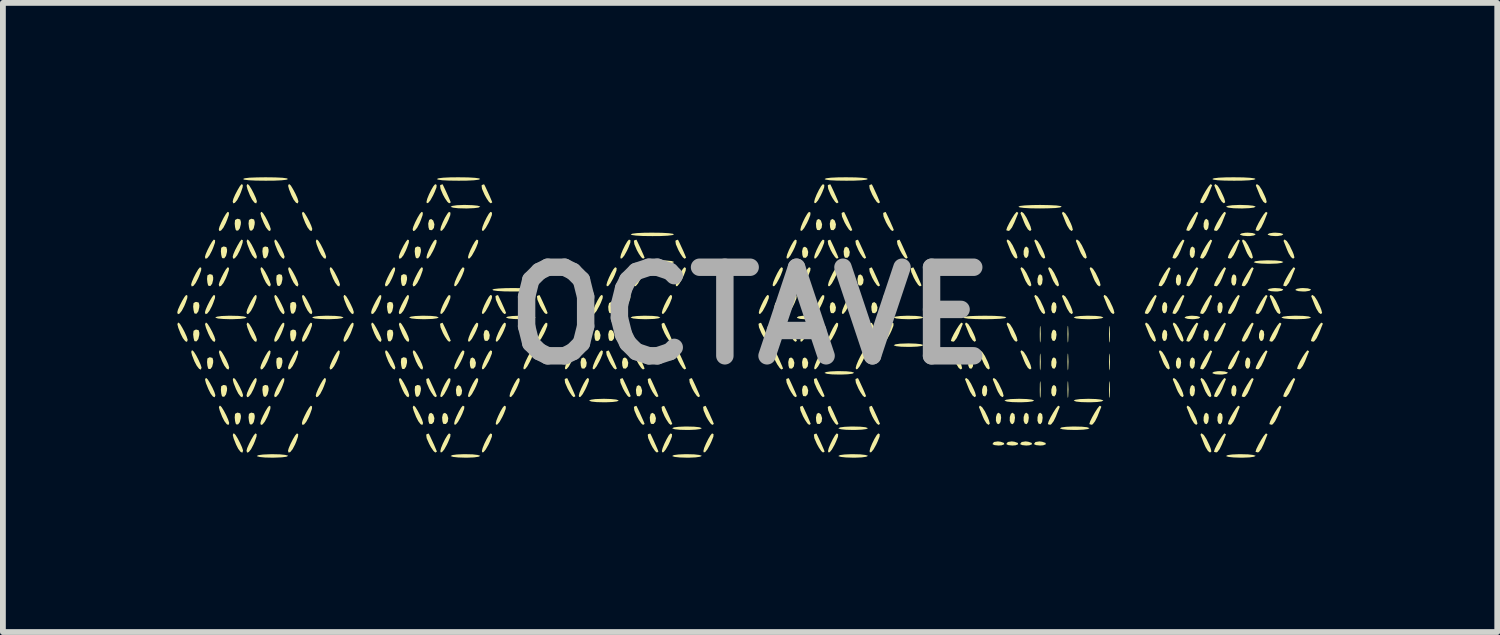
<source format=kicad_pcb>
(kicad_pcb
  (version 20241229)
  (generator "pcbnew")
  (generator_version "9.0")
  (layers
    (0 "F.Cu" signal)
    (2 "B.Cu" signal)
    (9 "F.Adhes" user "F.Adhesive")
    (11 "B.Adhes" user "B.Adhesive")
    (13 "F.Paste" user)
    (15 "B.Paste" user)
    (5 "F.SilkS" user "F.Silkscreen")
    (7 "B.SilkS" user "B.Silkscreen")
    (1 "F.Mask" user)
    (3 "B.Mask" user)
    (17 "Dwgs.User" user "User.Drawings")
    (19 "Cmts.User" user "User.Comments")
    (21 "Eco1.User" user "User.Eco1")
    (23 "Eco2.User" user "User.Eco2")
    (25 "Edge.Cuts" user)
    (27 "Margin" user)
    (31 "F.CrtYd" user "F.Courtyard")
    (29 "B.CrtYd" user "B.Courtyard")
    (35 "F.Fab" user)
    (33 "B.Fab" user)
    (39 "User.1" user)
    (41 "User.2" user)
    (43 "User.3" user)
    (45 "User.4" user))
  (footprint "OCTAVE"
    (layer "F.Cu")
    (at 9.856 2.382)
    (property "Reference" "OCTAVE" (at 0 0 0) (layer "F.Fab") (effects (font (size 1.524 1.524) (thickness 0.3))))
    (attr board_only exclude_from_pos_files exclude_from_bom)
    (fp_poly (pts (xy 3.832 0.741) (xy 3.841 0.802) (xy 3.831 0.877) (xy 3.804 0.913) (xy 3.771 0.902) (xy 3.752 0.855) (xy 3.753 0.79) (xy 3.77 0.735) (xy 3.797 0.715)) (stroke (width 0) (type solid)) (fill yes) (layer "F.SilkS"))
    (fp_poly (pts (xy 4.07 1.218) (xy 4.079 1.279) (xy 4.069 1.353) (xy 4.042 1.389) (xy 4.009 1.379) (xy 3.99 1.331) (xy 3.991 1.267) (xy 4.008 1.211) (xy 4.035 1.191)) (stroke (width 0) (type solid)) (fill yes) (layer "F.SilkS"))
    (fp_poly (pts (xy 4.309 1.694) (xy 4.318 1.755) (xy 4.307 1.829) (xy 4.28 1.866) (xy 4.247 1.855) (xy 4.228 1.808) (xy 4.229 1.743) (xy 4.246 1.688) (xy 4.273 1.668)) (stroke (width 0) (type solid)) (fill yes) (layer "F.SilkS"))
    (fp_poly (pts (xy 4.547 1.694) (xy 4.556 1.755) (xy 4.545 1.829) (xy 4.518 1.866) (xy 4.486 1.855) (xy 4.466 1.808) (xy 4.467 1.743) (xy 4.485 1.688) (xy 4.511 1.668)) (stroke (width 0) (type solid)) (fill yes) (layer "F.SilkS"))
    (fp_poly (pts (xy 4.785 -1.165) (xy 4.794 -1.104) (xy 4.783 -1.029) (xy 4.756 -0.993) (xy 4.724 -1.003) (xy 4.705 -1.051) (xy 4.705 -1.116) (xy 4.723 -1.171) (xy 4.749 -1.191)) (stroke (width 0) (type solid)) (fill yes) (layer "F.SilkS"))
    (fp_poly (pts (xy 4.785 1.694) (xy 4.794 1.755) (xy 4.783 1.829) (xy 4.756 1.866) (xy 4.724 1.855) (xy 4.705 1.808) (xy 4.705 1.743) (xy 4.723 1.688) (xy 4.749 1.668)) (stroke (width 0) (type solid)) (fill yes) (layer "F.SilkS"))
    (fp_poly (pts (xy 5.023 -0.688) (xy 5.032 -0.627) (xy 5.022 -0.553) (xy 4.995 -0.517) (xy 4.962 -0.527) (xy 4.943 -0.575) (xy 4.944 -0.639) (xy 4.961 -0.694) (xy 4.988 -0.715)) (stroke (width 0) (type solid)) (fill yes) (layer "F.SilkS"))
    (fp_poly (pts (xy 5.023 1.694) (xy 5.032 1.755) (xy 5.022 1.829) (xy 4.995 1.866) (xy 4.962 1.855) (xy 4.943 1.808) (xy 4.944 1.743) (xy 4.961 1.688) (xy 4.988 1.668)) (stroke (width 0) (type solid)) (fill yes) (layer "F.SilkS"))
    (fp_poly (pts (xy 5.261 -0.212) (xy 5.271 -0.151) (xy 5.26 -0.076) (xy 5.233 -0.04) (xy 5.2 -0.05) (xy 5.181 -0.098) (xy 5.182 -0.163) (xy 5.199 -0.218) (xy 5.226 -0.238)) (stroke (width 0) (type solid)) (fill yes) (layer "F.SilkS"))
    (fp_poly (pts (xy 5.261 0.265) (xy 5.271 0.326) (xy 5.26 0.4) (xy 5.233 0.436) (xy 5.2 0.426) (xy 5.181 0.378) (xy 5.182 0.314) (xy 5.199 0.258) (xy 5.226 0.238)) (stroke (width 0) (type solid)) (fill yes) (layer "F.SilkS"))
    (fp_poly (pts (xy 5.261 0.741) (xy 5.271 0.802) (xy 5.26 0.877) (xy 5.233 0.913) (xy 5.2 0.902) (xy 5.181 0.855) (xy 5.182 0.79) (xy 5.199 0.735) (xy 5.226 0.715)) (stroke (width 0) (type solid)) (fill yes) (layer "F.SilkS"))
    (fp_poly (pts (xy 5.261 1.218) (xy 5.271 1.279) (xy 5.26 1.353) (xy 5.233 1.389) (xy 5.2 1.379) (xy 5.181 1.331) (xy 5.182 1.267) (xy 5.199 1.211) (xy 5.226 1.191)) (stroke (width 0) (type solid)) (fill yes) (layer "F.SilkS"))
    (fp_poly (pts (xy 7.167 -0.212) (xy 7.176 -0.151) (xy 7.166 -0.076) (xy 7.139 -0.04) (xy 7.106 -0.05) (xy 7.087 -0.098) (xy 7.088 -0.163) (xy 7.105 -0.218) (xy 7.132 -0.238)) (stroke (width 0) (type solid)) (fill yes) (layer "F.SilkS"))
    (fp_poly (pts (xy 7.167 0.265) (xy 7.176 0.326) (xy 7.166 0.4) (xy 7.139 0.436) (xy 7.106 0.426) (xy 7.087 0.378) (xy 7.088 0.314) (xy 7.105 0.258) (xy 7.132 0.238)) (stroke (width 0) (type solid)) (fill yes) (layer "F.SilkS"))
    (fp_poly (pts (xy 7.405 -0.688) (xy 7.415 -0.627) (xy 7.404 -0.553) (xy 7.377 -0.517) (xy 7.344 -0.527) (xy 7.325 -0.575) (xy 7.326 -0.639) (xy 7.343 -0.694) (xy 7.37 -0.715)) (stroke (width 0) (type solid)) (fill yes) (layer "F.SilkS"))
    (fp_poly (pts (xy 7.405 0.741) (xy 7.415 0.802) (xy 7.404 0.877) (xy 7.377 0.913) (xy 7.344 0.902) (xy 7.325 0.855) (xy 7.326 0.79) (xy 7.343 0.735) (xy 7.37 0.715)) (stroke (width 0) (type solid)) (fill yes) (layer "F.SilkS"))
    (fp_poly (pts (xy 7.644 -1.165) (xy 7.653 -1.104) (xy 7.642 -1.029) (xy 7.615 -0.993) (xy 7.582 -1.003) (xy 7.563 -1.051) (xy 7.564 -1.116) (xy 7.581 -1.171) (xy 7.608 -1.191)) (stroke (width 0) (type solid)) (fill yes) (layer "F.SilkS"))
    (fp_poly (pts (xy 7.644 0.741) (xy 7.653 0.802) (xy 7.642 0.877) (xy 7.615 0.913) (xy 7.582 0.902) (xy 7.563 0.855) (xy 7.564 0.79) (xy 7.581 0.735) (xy 7.608 0.715)) (stroke (width 0) (type solid)) (fill yes) (layer "F.SilkS"))
    (fp_poly (pts (xy 7.644 1.218) (xy 7.653 1.279) (xy 7.642 1.353) (xy 7.615 1.389) (xy 7.582 1.379) (xy 7.563 1.331) (xy 7.564 1.267) (xy 7.581 1.211) (xy 7.608 1.191)) (stroke (width 0) (type solid)) (fill yes) (layer "F.SilkS"))
    (fp_poly (pts (xy 7.882 -1.641) (xy 7.891 -1.58) (xy 7.88 -1.506) (xy 7.853 -1.47) (xy 7.821 -1.48) (xy 7.801 -1.527) (xy 7.802 -1.592) (xy 7.82 -1.647) (xy 7.846 -1.668)) (stroke (width 0) (type solid)) (fill yes) (layer "F.SilkS"))
    (fp_poly (pts (xy 7.882 0.265) (xy 7.891 0.326) (xy 7.88 0.4) (xy 7.853 0.436) (xy 7.821 0.426) (xy 7.801 0.378) (xy 7.802 0.314) (xy 7.82 0.258) (xy 7.846 0.238)) (stroke (width 0) (type solid)) (fill yes) (layer "F.SilkS"))
    (fp_poly (pts (xy 7.882 1.694) (xy 7.891 1.755) (xy 7.88 1.829) (xy 7.853 1.866) (xy 7.821 1.855) (xy 7.801 1.808) (xy 7.802 1.743) (xy 7.82 1.688) (xy 7.846 1.668)) (stroke (width 0) (type solid)) (fill yes) (layer "F.SilkS"))
    (fp_poly (pts (xy 8.12 -0.212) (xy 8.129 -0.151) (xy 8.118 -0.076) (xy 8.092 -0.04) (xy 8.059 -0.05) (xy 8.04 -0.098) (xy 8.04 -0.163) (xy 8.058 -0.218) (xy 8.085 -0.238)) (stroke (width 0) (type solid)) (fill yes) (layer "F.SilkS"))
    (fp_poly (pts (xy 8.12 1.694) (xy 8.129 1.755) (xy 8.118 1.829) (xy 8.092 1.866) (xy 8.059 1.855) (xy 8.04 1.808) (xy 8.04 1.743) (xy 8.058 1.688) (xy 8.085 1.668)) (stroke (width 0) (type solid)) (fill yes) (layer "F.SilkS"))
    (fp_poly (pts (xy 8.358 -0.688) (xy 8.367 -0.627) (xy 8.357 -0.553) (xy 8.33 -0.517) (xy 8.297 -0.527) (xy 8.278 -0.575) (xy 8.279 -0.639) (xy 8.296 -0.694) (xy 8.323 -0.715)) (stroke (width 0) (type solid)) (fill yes) (layer "F.SilkS"))
    (fp_poly (pts (xy 8.358 1.218) (xy 8.367 1.279) (xy 8.357 1.353) (xy 8.33 1.389) (xy 8.297 1.379) (xy 8.278 1.331) (xy 8.279 1.267) (xy 8.296 1.211) (xy 8.323 1.191)) (stroke (width 0) (type solid)) (fill yes) (layer "F.SilkS"))
    (fp_poly (pts (xy 8.596 0.741) (xy 8.606 0.802) (xy 8.595 0.877) (xy 8.568 0.913) (xy 8.535 0.902) (xy 8.516 0.855) (xy 8.517 0.79) (xy 8.534 0.735) (xy 8.561 0.715)) (stroke (width 0) (type solid)) (fill yes) (layer "F.SilkS"))
    (fp_poly (pts (xy 8.835 0.265) (xy 8.844 0.326) (xy 8.833 0.4) (xy 8.806 0.436) (xy 8.774 0.426) (xy 8.754 0.378) (xy 8.755 0.314) (xy 8.773 0.258) (xy 8.799 0.238)) (stroke (width 0) (type solid)) (fill yes) (layer "F.SilkS"))
    (fp_poly (pts (xy -5.453 -1.638) (xy -5.432 -1.573) (xy -5.441 -1.51) (xy -5.474 -1.472) (xy -5.514 -1.475) (xy -5.521 -1.481) (xy -5.534 -1.521) (xy -5.539 -1.585) (xy -5.523 -1.648) (xy -5.489 -1.665)) (stroke (width 0) (type solid)) (fill yes) (layer "F.SilkS"))
    (fp_poly (pts (xy -5.453 1.697) (xy -5.432 1.762) (xy -5.441 1.825) (xy -5.474 1.863) (xy -5.514 1.86) (xy -5.521 1.854) (xy -5.534 1.814) (xy -5.539 1.75) (xy -5.523 1.687) (xy -5.489 1.67)) (stroke (width 0) (type solid)) (fill yes) (layer "F.SilkS"))
    (fp_poly (pts (xy -5.215 1.697) (xy -5.194 1.762) (xy -5.203 1.825) (xy -5.235 1.863) (xy -5.276 1.86) (xy -5.283 1.854) (xy -5.295 1.814) (xy -5.3 1.75) (xy -5.285 1.687) (xy -5.251 1.67)) (stroke (width 0) (type solid)) (fill yes) (layer "F.SilkS"))
    (fp_poly (pts (xy -4.977 1.22) (xy -4.956 1.286) (xy -4.965 1.349) (xy -4.997 1.386) (xy -5.038 1.383) (xy -5.044 1.378) (xy -5.057 1.338) (xy -5.062 1.273) (xy -5.047 1.211) (xy -5.013 1.194)) (stroke (width 0) (type solid)) (fill yes) (layer "F.SilkS"))
    (fp_poly (pts (xy -4.739 0.744) (xy -4.718 0.809) (xy -4.727 0.872) (xy -4.759 0.91) (xy -4.799 0.907) (xy -4.806 0.901) (xy -4.819 0.861) (xy -4.824 0.797) (xy -4.809 0.734) (xy -4.775 0.717)) (stroke (width 0) (type solid)) (fill yes) (layer "F.SilkS"))
    (fp_poly (pts (xy -4.5 0.267) (xy -4.48 0.333) (xy -4.489 0.396) (xy -4.521 0.434) (xy -4.561 0.43) (xy -4.568 0.425) (xy -4.581 0.385) (xy -4.586 0.32) (xy -4.571 0.258) (xy -4.537 0.241)) (stroke (width 0) (type solid)) (fill yes) (layer "F.SilkS"))
    (fp_poly (pts (xy -2.833 0.744) (xy -2.812 0.809) (xy -2.821 0.872) (xy -2.853 0.91) (xy -2.894 0.907) (xy -2.9 0.901) (xy -2.913 0.861) (xy -2.918 0.797) (xy -2.903 0.734) (xy -2.869 0.717)) (stroke (width 0) (type solid)) (fill yes) (layer "F.SilkS"))
    (fp_poly (pts (xy -2.595 0.267) (xy -2.574 0.333) (xy -2.583 0.396) (xy -2.615 0.434) (xy -2.656 0.43) (xy -2.662 0.425) (xy -2.675 0.385) (xy -2.68 0.32) (xy -2.665 0.258) (xy -2.631 0.241)) (stroke (width 0) (type solid)) (fill yes) (layer "F.SilkS"))
    (fp_poly (pts (xy -2.357 -0.209) (xy -2.336 -0.144) (xy -2.345 -0.081) (xy -2.377 -0.043) (xy -2.417 -0.046) (xy -2.424 -0.052) (xy -2.437 -0.092) (xy -2.442 -0.156) (xy -2.427 -0.219) (xy -2.393 -0.236)) (stroke (width 0) (type solid)) (fill yes) (layer "F.SilkS"))
    (fp_poly (pts (xy -2.357 0.267) (xy -2.336 0.333) (xy -2.345 0.396) (xy -2.377 0.434) (xy -2.417 0.43) (xy -2.424 0.425) (xy -2.437 0.385) (xy -2.442 0.32) (xy -2.427 0.258) (xy -2.393 0.241)) (stroke (width 0) (type solid)) (fill yes) (layer "F.SilkS"))
    (fp_poly (pts (xy -2.118 -0.685) (xy -2.097 -0.62) (xy -2.106 -0.557) (xy -2.139 -0.519) (xy -2.179 -0.522) (xy -2.186 -0.528) (xy -2.199 -0.568) (xy -2.204 -0.632) (xy -2.188 -0.695) (xy -2.154 -0.712)) (stroke (width 0) (type solid)) (fill yes) (layer "F.SilkS"))
    (fp_poly (pts (xy -2.118 0.744) (xy -2.097 0.809) (xy -2.106 0.872) (xy -2.139 0.91) (xy -2.179 0.907) (xy -2.186 0.901) (xy -2.199 0.861) (xy -2.204 0.797) (xy -2.188 0.734) (xy -2.154 0.717)) (stroke (width 0) (type solid)) (fill yes) (layer "F.SilkS"))
    (fp_poly (pts (xy -1.88 1.22) (xy -1.859 1.286) (xy -1.868 1.349) (xy -1.9 1.386) (xy -1.941 1.383) (xy -1.947 1.378) (xy -1.96 1.338) (xy -1.965 1.273) (xy -1.95 1.211) (xy -1.916 1.194)) (stroke (width 0) (type solid)) (fill yes) (layer "F.SilkS"))
    (fp_poly (pts (xy -1.642 1.697) (xy -1.621 1.762) (xy -1.63 1.825) (xy -1.662 1.863) (xy -1.703 1.86) (xy -1.709 1.854) (xy -1.722 1.814) (xy -1.727 1.75) (xy -1.712 1.687) (xy -1.678 1.67)) (stroke (width 0) (type solid)) (fill yes) (layer "F.SilkS"))
    (fp_poly (pts (xy 0.502 -0.209) (xy 0.523 -0.144) (xy 0.514 -0.081) (xy 0.482 -0.043) (xy 0.441 -0.046) (xy 0.435 -0.052) (xy 0.422 -0.092) (xy 0.417 -0.156) (xy 0.432 -0.219) (xy 0.466 -0.236)) (stroke (width 0) (type solid)) (fill yes) (layer "F.SilkS"))
    (fp_poly (pts (xy 0.502 0.267) (xy 0.523 0.333) (xy 0.514 0.396) (xy 0.482 0.434) (xy 0.441 0.43) (xy 0.435 0.425) (xy 0.422 0.385) (xy 0.417 0.32) (xy 0.432 0.258) (xy 0.466 0.241)) (stroke (width 0) (type solid)) (fill yes) (layer "F.SilkS"))
    (fp_poly (pts (xy 0.74 -0.685) (xy 0.761 -0.62) (xy 0.752 -0.557) (xy 0.72 -0.519) (xy 0.68 -0.522) (xy 0.673 -0.528) (xy 0.66 -0.568) (xy 0.655 -0.632) (xy 0.67 -0.695) (xy 0.704 -0.712)) (stroke (width 0) (type solid)) (fill yes) (layer "F.SilkS"))
    (fp_poly (pts (xy 0.74 0.744) (xy 0.761 0.809) (xy 0.752 0.872) (xy 0.72 0.91) (xy 0.68 0.907) (xy 0.673 0.901) (xy 0.66 0.861) (xy 0.655 0.797) (xy 0.67 0.734) (xy 0.704 0.717)) (stroke (width 0) (type solid)) (fill yes) (layer "F.SilkS"))
    (fp_poly (pts (xy 0.979 -1.162) (xy 0.999 -1.097) (xy 0.99 -1.033) (xy 0.958 -0.996) (xy 0.918 -0.999) (xy 0.911 -1.005) (xy 0.898 -1.044) (xy 0.893 -1.109) (xy 0.908 -1.171) (xy 0.942 -1.188)) (stroke (width 0) (type solid)) (fill yes) (layer "F.SilkS"))
    (fp_poly (pts (xy 0.979 0.744) (xy 0.999 0.809) (xy 0.99 0.872) (xy 0.958 0.91) (xy 0.918 0.907) (xy 0.911 0.901) (xy 0.898 0.861) (xy 0.893 0.797) (xy 0.908 0.734) (xy 0.942 0.717)) (stroke (width 0) (type solid)) (fill yes) (layer "F.SilkS"))
    (fp_poly (pts (xy 0.979 1.22) (xy 0.999 1.286) (xy 0.99 1.349) (xy 0.958 1.386) (xy 0.918 1.383) (xy 0.911 1.378) (xy 0.898 1.338) (xy 0.893 1.273) (xy 0.908 1.211) (xy 0.942 1.194)) (stroke (width 0) (type solid)) (fill yes) (layer "F.SilkS"))
    (fp_poly (pts (xy 1.217 -1.638) (xy 1.238 -1.573) (xy 1.229 -1.51) (xy 1.196 -1.472) (xy 1.156 -1.475) (xy 1.149 -1.481) (xy 1.136 -1.521) (xy 1.132 -1.585) (xy 1.147 -1.648) (xy 1.181 -1.665)) (stroke (width 0) (type solid)) (fill yes) (layer "F.SilkS"))
    (fp_poly (pts (xy 1.217 0.267) (xy 1.238 0.333) (xy 1.229 0.396) (xy 1.196 0.434) (xy 1.156 0.43) (xy 1.149 0.425) (xy 1.136 0.385) (xy 1.132 0.32) (xy 1.147 0.258) (xy 1.181 0.241)) (stroke (width 0) (type solid)) (fill yes) (layer "F.SilkS"))
    (fp_poly (pts (xy 1.217 1.697) (xy 1.238 1.762) (xy 1.229 1.825) (xy 1.196 1.863) (xy 1.156 1.86) (xy 1.149 1.854) (xy 1.136 1.814) (xy 1.132 1.75) (xy 1.147 1.687) (xy 1.181 1.67)) (stroke (width 0) (type solid)) (fill yes) (layer "F.SilkS"))
    (fp_poly (pts (xy 1.455 -1.638) (xy 1.476 -1.573) (xy 1.467 -1.51) (xy 1.435 -1.472) (xy 1.394 -1.475) (xy 1.388 -1.481) (xy 1.375 -1.521) (xy 1.37 -1.585) (xy 1.385 -1.648) (xy 1.419 -1.665)) (stroke (width 0) (type solid)) (fill yes) (layer "F.SilkS"))
    (fp_poly (pts (xy 1.455 -0.209) (xy 1.476 -0.144) (xy 1.467 -0.081) (xy 1.435 -0.043) (xy 1.394 -0.046) (xy 1.388 -0.052) (xy 1.375 -0.092) (xy 1.37 -0.156) (xy 1.385 -0.219) (xy 1.419 -0.236)) (stroke (width 0) (type solid)) (fill yes) (layer "F.SilkS"))
    (fp_poly (pts (xy 1.693 -1.162) (xy 1.714 -1.097) (xy 1.705 -1.033) (xy 1.673 -0.996) (xy 1.632 -0.999) (xy 1.626 -1.005) (xy 1.613 -1.044) (xy 1.608 -1.109) (xy 1.623 -1.171) (xy 1.657 -1.188)) (stroke (width 0) (type solid)) (fill yes) (layer "F.SilkS"))
    (fp_poly (pts (xy 1.693 -0.685) (xy 1.714 -0.62) (xy 1.705 -0.557) (xy 1.673 -0.519) (xy 1.632 -0.522) (xy 1.626 -0.528) (xy 1.613 -0.568) (xy 1.608 -0.632) (xy 1.623 -0.695) (xy 1.657 -0.712)) (stroke (width 0) (type solid)) (fill yes) (layer "F.SilkS"))
    (fp_poly (pts (xy 1.931 -0.685) (xy 1.952 -0.62) (xy 1.943 -0.557) (xy 1.911 -0.519) (xy 1.871 -0.522) (xy 1.864 -0.528) (xy 1.851 -0.568) (xy 1.846 -0.632) (xy 1.861 -0.695) (xy 1.895 -0.712)) (stroke (width 0) (type solid)) (fill yes) (layer "F.SilkS"))
    (fp_poly (pts (xy 2.17 -0.209) (xy 2.191 -0.144) (xy 2.182 -0.081) (xy 2.149 -0.043) (xy 2.109 -0.046) (xy 2.102 -0.052) (xy 2.089 -0.092) (xy 2.084 -0.156) (xy 2.1 -0.219) (xy 2.134 -0.236)) (stroke (width 0) (type solid)) (fill yes) (layer "F.SilkS"))
    (fp_poly (pts (xy 4.309 2.168) (xy 4.367 2.188) (xy 4.371 2.212) (xy 4.327 2.229) (xy 4.273 2.233) (xy 4.204 2.226) (xy 4.17 2.21) (xy 4.169 2.206) (xy 4.194 2.172) (xy 4.262 2.162)) (stroke (width 0) (type solid)) (fill yes) (layer "F.SilkS"))
    (fp_poly (pts (xy 4.547 2.168) (xy 4.605 2.188) (xy 4.61 2.212) (xy 4.565 2.229) (xy 4.511 2.233) (xy 4.442 2.226) (xy 4.408 2.21) (xy 4.407 2.206) (xy 4.433 2.172) (xy 4.5 2.162)) (stroke (width 0) (type solid)) (fill yes) (layer "F.SilkS"))
    (fp_poly (pts (xy 4.786 2.168) (xy 4.844 2.188) (xy 4.848 2.212) (xy 4.803 2.229) (xy 4.749 2.233) (xy 4.681 2.226) (xy 4.646 2.21) (xy 4.645 2.206) (xy 4.671 2.172) (xy 4.739 2.162)) (stroke (width 0) (type solid)) (fill yes) (layer "F.SilkS"))
    (fp_poly (pts (xy 5.024 2.168) (xy 5.082 2.188) (xy 5.086 2.212) (xy 5.041 2.229) (xy 4.988 2.233) (xy 4.919 2.226) (xy 4.884 2.21) (xy 4.883 2.206) (xy 4.909 2.172) (xy 4.977 2.162)) (stroke (width 0) (type solid)) (fill yes) (layer "F.SilkS"))
    (fp_poly (pts (xy 4.992 0.18) (xy 4.995 0.202) (xy 4.999 0.314) (xy 4.996 0.425) (xy 4.994 0.44) (xy 4.989 0.464) (xy 4.985 0.436) (xy 4.983 0.36) (xy 4.983 0.313) (xy 4.984 0.221) (xy 4.988 0.174)) (stroke (width 0) (type solid)) (fill yes) (layer "F.SilkS"))
    (fp_poly (pts (xy 4.992 0.656) (xy 4.995 0.678) (xy 4.999 0.791) (xy 4.996 0.901) (xy 4.994 0.916) (xy 4.989 0.941) (xy 4.985 0.912) (xy 4.983 0.837) (xy 4.983 0.789) (xy 4.984 0.697) (xy 4.988 0.651)) (stroke (width 0) (type solid)) (fill yes) (layer "F.SilkS"))
    (fp_poly (pts (xy 4.992 1.133) (xy 4.995 1.155) (xy 4.999 1.267) (xy 4.996 1.378) (xy 4.994 1.393) (xy 4.989 1.417) (xy 4.985 1.388) (xy 4.983 1.313) (xy 4.983 1.266) (xy 4.984 1.174) (xy 4.988 1.127)) (stroke (width 0) (type solid)) (fill yes) (layer "F.SilkS"))
    (fp_poly (pts (xy 5.469 0.18) (xy 5.471 0.202) (xy 5.476 0.314) (xy 5.472 0.425) (xy 5.471 0.44) (xy 5.466 0.464) (xy 5.462 0.436) (xy 5.46 0.36) (xy 5.459 0.313) (xy 5.461 0.221) (xy 5.464 0.174)) (stroke (width 0) (type solid)) (fill yes) (layer "F.SilkS"))
    (fp_poly (pts (xy 5.469 0.656) (xy 5.471 0.678) (xy 5.476 0.791) (xy 5.472 0.901) (xy 5.471 0.916) (xy 5.466 0.941) (xy 5.462 0.912) (xy 5.46 0.837) (xy 5.459 0.789) (xy 5.461 0.697) (xy 5.464 0.651)) (stroke (width 0) (type solid)) (fill yes) (layer "F.SilkS"))
    (fp_poly (pts (xy 5.469 1.133) (xy 5.471 1.155) (xy 5.476 1.267) (xy 5.472 1.378) (xy 5.471 1.393) (xy 5.466 1.417) (xy 5.462 1.388) (xy 5.46 1.313) (xy 5.459 1.266) (xy 5.461 1.174) (xy 5.464 1.127)) (stroke (width 0) (type solid)) (fill yes) (layer "F.SilkS"))
    (fp_poly (pts (xy 6.183 0.18) (xy 6.186 0.202) (xy 6.19 0.314) (xy 6.187 0.425) (xy 6.186 0.44) (xy 6.18 0.464) (xy 6.176 0.436) (xy 6.174 0.36) (xy 6.174 0.313) (xy 6.175 0.221) (xy 6.179 0.174)) (stroke (width 0) (type solid)) (fill yes) (layer "F.SilkS"))
    (fp_poly (pts (xy 6.183 0.656) (xy 6.186 0.678) (xy 6.19 0.791) (xy 6.187 0.901) (xy 6.186 0.916) (xy 6.18 0.941) (xy 6.176 0.912) (xy 6.174 0.837) (xy 6.174 0.789) (xy 6.175 0.697) (xy 6.179 0.651)) (stroke (width 0) (type solid)) (fill yes) (layer "F.SilkS"))
    (fp_poly (pts (xy 6.183 1.133) (xy 6.186 1.155) (xy 6.19 1.267) (xy 6.187 1.378) (xy 6.186 1.393) (xy 6.18 1.417) (xy 6.176 1.388) (xy 6.174 1.313) (xy 6.174 1.266) (xy 6.175 1.174) (xy 6.179 1.127)) (stroke (width 0) (type solid)) (fill yes) (layer "F.SilkS"))
    (fp_poly (pts (xy -9.488 -0.227) (xy -9.476 -0.182) (xy -9.478 -0.144) (xy -9.494 -0.075) (xy -9.524 -0.035) (xy -9.556 -0.037) (xy -9.565 -0.051) (xy -9.576 -0.096) (xy -9.583 -0.156) (xy -9.576 -0.218) (xy -9.54 -0.238) (xy -9.529 -0.238)) (stroke (width 0) (type solid)) (fill yes) (layer "F.SilkS"))
    (fp_poly (pts (xy -9.488 0.249) (xy -9.476 0.294) (xy -9.478 0.333) (xy -9.494 0.401) (xy -9.524 0.441) (xy -9.556 0.439) (xy -9.565 0.426) (xy -9.576 0.381) (xy -9.583 0.32) (xy -9.576 0.259) (xy -9.54 0.239) (xy -9.529 0.238)) (stroke (width 0) (type solid)) (fill yes) (layer "F.SilkS"))
    (fp_poly (pts (xy -9.25 -0.703) (xy -9.238 -0.659) (xy -9.239 -0.62) (xy -9.256 -0.551) (xy -9.286 -0.512) (xy -9.317 -0.514) (xy -9.327 -0.527) (xy -9.338 -0.572) (xy -9.344 -0.633) (xy -9.338 -0.694) (xy -9.302 -0.714) (xy -9.291 -0.715)) (stroke (width 0) (type solid)) (fill yes) (layer "F.SilkS"))
    (fp_poly (pts (xy -9.25 0.726) (xy -9.238 0.771) (xy -9.239 0.809) (xy -9.256 0.878) (xy -9.286 0.917) (xy -9.317 0.916) (xy -9.327 0.902) (xy -9.338 0.857) (xy -9.344 0.797) (xy -9.338 0.735) (xy -9.302 0.715) (xy -9.291 0.715)) (stroke (width 0) (type solid)) (fill yes) (layer "F.SilkS"))
    (fp_poly (pts (xy -9.012 -1.18) (xy -8.999 -1.135) (xy -9.001 -1.097) (xy -9.018 -1.028) (xy -9.048 -0.988) (xy -9.079 -0.99) (xy -9.089 -1.003) (xy -9.1 -1.049) (xy -9.106 -1.109) (xy -9.1 -1.17) (xy -9.064 -1.191) (xy -9.052 -1.191)) (stroke (width 0) (type solid)) (fill yes) (layer "F.SilkS"))
    (fp_poly (pts (xy -9.012 1.202) (xy -8.999 1.247) (xy -9.001 1.286) (xy -9.018 1.354) (xy -9.048 1.394) (xy -9.079 1.392) (xy -9.089 1.379) (xy -9.1 1.334) (xy -9.106 1.273) (xy -9.1 1.212) (xy -9.064 1.192) (xy -9.052 1.191)) (stroke (width 0) (type solid)) (fill yes) (layer "F.SilkS"))
    (fp_poly (pts (xy -8.773 -1.656) (xy -8.761 -1.612) (xy -8.763 -1.573) (xy -8.78 -1.504) (xy -8.81 -1.465) (xy -8.841 -1.466) (xy -8.851 -1.48) (xy -8.862 -1.525) (xy -8.868 -1.586) (xy -8.862 -1.647) (xy -8.825 -1.667) (xy -8.814 -1.668)) (stroke (width 0) (type solid)) (fill yes) (layer "F.SilkS"))
    (fp_poly (pts (xy -8.773 1.679) (xy -8.761 1.723) (xy -8.763 1.762) (xy -8.78 1.831) (xy -8.81 1.87) (xy -8.841 1.869) (xy -8.851 1.855) (xy -8.862 1.81) (xy -8.868 1.749) (xy -8.862 1.688) (xy -8.825 1.668) (xy -8.814 1.668)) (stroke (width 0) (type solid)) (fill yes) (layer "F.SilkS"))
    (fp_poly (pts (xy -8.535 -1.656) (xy -8.523 -1.612) (xy -8.525 -1.573) (xy -8.541 -1.504) (xy -8.571 -1.465) (xy -8.603 -1.466) (xy -8.612 -1.48) (xy -8.623 -1.525) (xy -8.63 -1.586) (xy -8.623 -1.647) (xy -8.587 -1.667) (xy -8.576 -1.668)) (stroke (width 0) (type solid)) (fill yes) (layer "F.SilkS"))
    (fp_poly (pts (xy -8.535 1.679) (xy -8.523 1.723) (xy -8.525 1.762) (xy -8.541 1.831) (xy -8.571 1.87) (xy -8.603 1.869) (xy -8.612 1.855) (xy -8.623 1.81) (xy -8.63 1.749) (xy -8.623 1.688) (xy -8.587 1.668) (xy -8.576 1.668)) (stroke (width 0) (type solid)) (fill yes) (layer "F.SilkS"))
    (fp_poly (pts (xy -8.297 -1.18) (xy -8.285 -1.135) (xy -8.286 -1.097) (xy -8.303 -1.028) (xy -8.333 -0.988) (xy -8.365 -0.99) (xy -8.374 -1.003) (xy -8.385 -1.049) (xy -8.392 -1.109) (xy -8.385 -1.17) (xy -8.349 -1.191) (xy -8.338 -1.191)) (stroke (width 0) (type solid)) (fill yes) (layer "F.SilkS"))
    (fp_poly (pts (xy -8.297 1.202) (xy -8.285 1.247) (xy -8.286 1.286) (xy -8.303 1.354) (xy -8.333 1.394) (xy -8.365 1.392) (xy -8.374 1.379) (xy -8.385 1.334) (xy -8.392 1.273) (xy -8.385 1.212) (xy -8.349 1.192) (xy -8.338 1.191)) (stroke (width 0) (type solid)) (fill yes) (layer "F.SilkS"))
    (fp_poly (pts (xy -8.059 -0.703) (xy -8.047 -0.659) (xy -8.048 -0.62) (xy -8.065 -0.551) (xy -8.095 -0.512) (xy -8.126 -0.514) (xy -8.136 -0.527) (xy -8.147 -0.572) (xy -8.153 -0.633) (xy -8.147 -0.694) (xy -8.111 -0.714) (xy -8.099 -0.715)) (stroke (width 0) (type solid)) (fill yes) (layer "F.SilkS"))
    (fp_poly (pts (xy -8.059 0.726) (xy -8.047 0.771) (xy -8.048 0.809) (xy -8.065 0.878) (xy -8.095 0.917) (xy -8.126 0.916) (xy -8.136 0.902) (xy -8.147 0.857) (xy -8.153 0.797) (xy -8.147 0.735) (xy -8.111 0.715) (xy -8.099 0.715)) (stroke (width 0) (type solid)) (fill yes) (layer "F.SilkS"))
    (fp_poly (pts (xy -7.821 -0.227) (xy -7.808 -0.182) (xy -7.81 -0.144) (xy -7.827 -0.075) (xy -7.857 -0.035) (xy -7.888 -0.037) (xy -7.898 -0.051) (xy -7.909 -0.096) (xy -7.915 -0.156) (xy -7.909 -0.218) (xy -7.872 -0.238) (xy -7.861 -0.238)) (stroke (width 0) (type solid)) (fill yes) (layer "F.SilkS"))
    (fp_poly (pts (xy -7.821 0.249) (xy -7.808 0.294) (xy -7.81 0.333) (xy -7.827 0.401) (xy -7.857 0.441) (xy -7.888 0.439) (xy -7.898 0.426) (xy -7.909 0.381) (xy -7.915 0.32) (xy -7.909 0.259) (xy -7.872 0.239) (xy -7.861 0.238)) (stroke (width 0) (type solid)) (fill yes) (layer "F.SilkS"))
    (fp_poly (pts (xy -6.153 -0.227) (xy -6.141 -0.182) (xy -6.143 -0.144) (xy -6.159 -0.075) (xy -6.189 -0.035) (xy -6.221 -0.037) (xy -6.23 -0.051) (xy -6.241 -0.096) (xy -6.248 -0.156) (xy -6.241 -0.218) (xy -6.205 -0.238) (xy -6.194 -0.238)) (stroke (width 0) (type solid)) (fill yes) (layer "F.SilkS"))
    (fp_poly (pts (xy -6.153 0.249) (xy -6.141 0.294) (xy -6.143 0.333) (xy -6.159 0.401) (xy -6.189 0.441) (xy -6.221 0.439) (xy -6.23 0.426) (xy -6.241 0.381) (xy -6.248 0.32) (xy -6.241 0.259) (xy -6.205 0.239) (xy -6.194 0.238)) (stroke (width 0) (type solid)) (fill yes) (layer "F.SilkS"))
    (fp_poly (pts (xy -5.915 -0.703) (xy -5.903 -0.659) (xy -5.904 -0.62) (xy -5.921 -0.551) (xy -5.951 -0.512) (xy -5.982 -0.514) (xy -5.992 -0.527) (xy -6.003 -0.572) (xy -6.009 -0.633) (xy -6.003 -0.694) (xy -5.967 -0.714) (xy -5.955 -0.715)) (stroke (width 0) (type solid)) (fill yes) (layer "F.SilkS"))
    (fp_poly (pts (xy -5.915 0.726) (xy -5.903 0.771) (xy -5.904 0.809) (xy -5.921 0.878) (xy -5.951 0.917) (xy -5.982 0.916) (xy -5.992 0.902) (xy -6.003 0.857) (xy -6.009 0.797) (xy -6.003 0.735) (xy -5.967 0.715) (xy -5.955 0.715)) (stroke (width 0) (type solid)) (fill yes) (layer "F.SilkS"))
    (fp_poly (pts (xy -5.677 -1.18) (xy -5.664 -1.135) (xy -5.666 -1.097) (xy -5.683 -1.028) (xy -5.713 -0.988) (xy -5.744 -0.99) (xy -5.754 -1.003) (xy -5.765 -1.049) (xy -5.771 -1.109) (xy -5.765 -1.17) (xy -5.728 -1.191) (xy -5.717 -1.191)) (stroke (width 0) (type solid)) (fill yes) (layer "F.SilkS"))
    (fp_poly (pts (xy -5.677 1.202) (xy -5.664 1.247) (xy -5.666 1.286) (xy -5.683 1.354) (xy -5.713 1.394) (xy -5.744 1.392) (xy -5.754 1.379) (xy -5.765 1.334) (xy -5.771 1.273) (xy -5.765 1.212) (xy -5.728 1.192) (xy -5.717 1.191)) (stroke (width 0) (type solid)) (fill yes) (layer "F.SilkS"))
    (fp_poly (pts (xy 1.018 0.006) (xy 1.066 0.021) (xy 1.072 0.03) (xy 1.045 0.048) (xy 0.978 0.058) (xy 0.938 0.06) (xy 0.858 0.054) (xy 0.81 0.039) (xy 0.804 0.03) (xy 0.831 0.012) (xy 0.898 0.001) (xy 0.938 0)) (stroke (width 0) (type solid)) (fill yes) (layer "F.SilkS"))
    (fp_poly (pts (xy 7.688 0.006) (xy 7.736 0.021) (xy 7.742 0.03) (xy 7.715 0.048) (xy 7.648 0.058) (xy 7.608 0.06) (xy 7.528 0.054) (xy 7.48 0.039) (xy 7.474 0.03) (xy 7.501 0.012) (xy 7.568 0.001) (xy 7.608 0)) (stroke (width 0) (type solid)) (fill yes) (layer "F.SilkS"))
    (fp_poly (pts (xy 8.164 0.959) (xy 8.212 0.974) (xy 8.219 0.983) (xy 8.192 1) (xy 8.125 1.011) (xy 8.085 1.012) (xy 8.005 1.007) (xy 7.957 0.992) (xy 7.951 0.983) (xy 7.977 0.965) (xy 8.044 0.954) (xy 8.085 0.953)) (stroke (width 0) (type solid)) (fill yes) (layer "F.SilkS"))
    (fp_poly (pts (xy 8.641 -1.423) (xy 8.689 -1.408) (xy 8.695 -1.4) (xy 8.668 -1.382) (xy 8.601 -1.371) (xy 8.561 -1.37) (xy 8.481 -1.376) (xy 8.433 -1.391) (xy 8.427 -1.4) (xy 8.454 -1.417) (xy 8.521 -1.428) (xy 8.561 -1.429)) (stroke (width 0) (type solid)) (fill yes) (layer "F.SilkS"))
    (fp_poly (pts (xy 9.117 -1.423) (xy 9.165 -1.408) (xy 9.171 -1.4) (xy 9.145 -1.382) (xy 9.077 -1.371) (xy 9.037 -1.37) (xy 8.957 -1.376) (xy 8.91 -1.391) (xy 8.903 -1.4) (xy 8.93 -1.417) (xy 8.997 -1.428) (xy 9.037 -1.429)) (stroke (width 0) (type solid)) (fill yes) (layer "F.SilkS"))
    (fp_poly (pts (xy 9.117 -0.471) (xy 9.165 -0.456) (xy 9.171 -0.447) (xy 9.145 -0.429) (xy 9.077 -0.418) (xy 9.037 -0.417) (xy 8.957 -0.423) (xy 8.91 -0.438) (xy 8.903 -0.447) (xy 8.93 -0.464) (xy 8.997 -0.475) (xy 9.037 -0.476)) (stroke (width 0) (type solid)) (fill yes) (layer "F.SilkS"))
    (fp_poly (pts (xy 9.594 -0.471) (xy 9.642 -0.456) (xy 9.648 -0.447) (xy 9.621 -0.429) (xy 9.554 -0.418) (xy 9.514 -0.417) (xy 9.434 -0.423) (xy 9.386 -0.438) (xy 9.38 -0.447) (xy 9.406 -0.464) (xy 9.474 -0.475) (xy 9.514 -0.476)) (stroke (width 0) (type solid)) (fill yes) (layer "F.SilkS"))
    (fp_poly (pts (xy -9.808 0.143) (xy -9.771 0.204) (xy -9.73 0.281) (xy -9.696 0.356) (xy -9.678 0.41) (xy -9.678 0.418) (xy -9.689 0.45) (xy -9.72 0.437) (xy -9.76 0.385) (xy -9.798 0.31) (xy -9.839 0.207) (xy -9.854 0.147) (xy -9.845 0.122) (xy -9.832 0.119)) (stroke (width 0) (type solid)) (fill yes) (layer "F.SilkS"))
    (fp_poly (pts (xy -9.681 -0.345) (xy -9.684 -0.303) (xy -9.713 -0.221) (xy -9.736 -0.166) (xy -9.778 -0.086) (xy -9.817 -0.037) (xy -9.846 -0.027) (xy -9.856 -0.059) (xy -9.844 -0.106) (xy -9.812 -0.178) (xy -9.772 -0.256) (xy -9.733 -0.322) (xy -9.705 -0.356) (xy -9.701 -0.357)) (stroke (width 0) (type solid)) (fill yes) (layer "F.SilkS"))
    (fp_poly (pts (xy -9.57 0.62) (xy -9.532 0.68) (xy -9.492 0.757) (xy -9.458 0.833) (xy -9.44 0.887) (xy -9.439 0.894) (xy -9.451 0.927) (xy -9.481 0.913) (xy -9.521 0.861) (xy -9.56 0.787) (xy -9.601 0.683) (xy -9.616 0.623) (xy -9.607 0.598) (xy -9.594 0.596)) (stroke (width 0) (type solid)) (fill yes) (layer "F.SilkS"))
    (fp_poly (pts (xy -9.443 -0.822) (xy -9.446 -0.779) (xy -9.475 -0.697) (xy -9.498 -0.643) (xy -9.54 -0.562) (xy -9.579 -0.513) (xy -9.608 -0.504) (xy -9.618 -0.535) (xy -9.605 -0.582) (xy -9.574 -0.654) (xy -9.534 -0.733) (xy -9.495 -0.799) (xy -9.467 -0.832) (xy -9.463 -0.834)) (stroke (width 0) (type solid)) (fill yes) (layer "F.SilkS"))
    (fp_poly (pts (xy -9.332 0.143) (xy -9.294 0.204) (xy -9.253 0.281) (xy -9.219 0.356) (xy -9.202 0.41) (xy -9.201 0.418) (xy -9.213 0.45) (xy -9.243 0.437) (xy -9.283 0.385) (xy -9.321 0.31) (xy -9.363 0.207) (xy -9.378 0.147) (xy -9.368 0.122) (xy -9.356 0.119)) (stroke (width 0) (type solid)) (fill yes) (layer "F.SilkS"))
    (fp_poly (pts (xy -9.332 1.096) (xy -9.294 1.157) (xy -9.253 1.234) (xy -9.219 1.309) (xy -9.202 1.363) (xy -9.201 1.371) (xy -9.213 1.403) (xy -9.243 1.39) (xy -9.283 1.338) (xy -9.321 1.263) (xy -9.363 1.16) (xy -9.378 1.1) (xy -9.368 1.075) (xy -9.356 1.072)) (stroke (width 0) (type solid)) (fill yes) (layer "F.SilkS"))
    (fp_poly (pts (xy -9.205 -1.298) (xy -9.208 -1.256) (xy -9.237 -1.174) (xy -9.26 -1.119) (xy -9.302 -1.039) (xy -9.341 -0.99) (xy -9.37 -0.98) (xy -9.38 -1.012) (xy -9.367 -1.059) (xy -9.336 -1.131) (xy -9.296 -1.209) (xy -9.257 -1.275) (xy -9.229 -1.309) (xy -9.225 -1.31)) (stroke (width 0) (type solid)) (fill yes) (layer "F.SilkS"))
    (fp_poly (pts (xy -9.205 -0.345) (xy -9.208 -0.303) (xy -9.237 -0.221) (xy -9.26 -0.166) (xy -9.302 -0.086) (xy -9.341 -0.037) (xy -9.37 -0.027) (xy -9.38 -0.059) (xy -9.367 -0.106) (xy -9.336 -0.178) (xy -9.296 -0.256) (xy -9.257 -0.322) (xy -9.229 -0.356) (xy -9.225 -0.357)) (stroke (width 0) (type solid)) (fill yes) (layer "F.SilkS"))
    (fp_poly (pts (xy -9.093 0.62) (xy -9.056 0.68) (xy -9.015 0.757) (xy -8.981 0.833) (xy -8.964 0.887) (xy -8.963 0.894) (xy -8.975 0.927) (xy -9.005 0.913) (xy -9.045 0.861) (xy -9.083 0.787) (xy -9.124 0.683) (xy -9.14 0.623) (xy -9.13 0.598) (xy -9.118 0.596)) (stroke (width 0) (type solid)) (fill yes) (layer "F.SilkS"))
    (fp_poly (pts (xy -9.093 1.573) (xy -9.056 1.633) (xy -9.015 1.71) (xy -8.981 1.786) (xy -8.964 1.84) (xy -8.963 1.847) (xy -8.975 1.879) (xy -9.005 1.866) (xy -9.045 1.814) (xy -9.083 1.74) (xy -9.124 1.636) (xy -9.14 1.576) (xy -9.13 1.551) (xy -9.118 1.548)) (stroke (width 0) (type solid)) (fill yes) (layer "F.SilkS"))
    (fp_poly (pts (xy -8.966 -1.775) (xy -8.97 -1.732) (xy -8.999 -1.65) (xy -9.021 -1.596) (xy -9.063 -1.515) (xy -9.103 -1.466) (xy -9.132 -1.456) (xy -9.142 -1.488) (xy -9.129 -1.535) (xy -9.098 -1.607) (xy -9.058 -1.686) (xy -9.019 -1.751) (xy -8.991 -1.785) (xy -8.987 -1.787)) (stroke (width 0) (type solid)) (fill yes) (layer "F.SilkS"))
    (fp_poly (pts (xy -8.966 -0.822) (xy -8.97 -0.779) (xy -8.999 -0.697) (xy -9.021 -0.643) (xy -9.063 -0.562) (xy -9.103 -0.513) (xy -9.132 -0.504) (xy -9.142 -0.535) (xy -9.129 -0.582) (xy -9.098 -0.654) (xy -9.058 -0.733) (xy -9.019 -0.799) (xy -8.991 -0.832) (xy -8.987 -0.834)) (stroke (width 0) (type solid)) (fill yes) (layer "F.SilkS"))
    (fp_poly (pts (xy -8.855 1.096) (xy -8.818 1.157) (xy -8.777 1.234) (xy -8.743 1.309) (xy -8.725 1.363) (xy -8.725 1.371) (xy -8.737 1.403) (xy -8.767 1.39) (xy -8.807 1.338) (xy -8.845 1.263) (xy -8.886 1.16) (xy -8.901 1.1) (xy -8.892 1.075) (xy -8.88 1.072)) (stroke (width 0) (type solid)) (fill yes) (layer "F.SilkS"))
    (fp_poly (pts (xy -8.855 2.049) (xy -8.818 2.109) (xy -8.777 2.187) (xy -8.743 2.262) (xy -8.725 2.316) (xy -8.725 2.323) (xy -8.737 2.356) (xy -8.767 2.342) (xy -8.807 2.291) (xy -8.845 2.216) (xy -8.886 2.112) (xy -8.901 2.053) (xy -8.892 2.027) (xy -8.88 2.025)) (stroke (width 0) (type solid)) (fill yes) (layer "F.SilkS"))
    (fp_poly (pts (xy -8.728 -2.251) (xy -8.732 -2.209) (xy -8.76 -2.127) (xy -8.783 -2.072) (xy -8.825 -1.991) (xy -8.865 -1.943) (xy -8.893 -1.933) (xy -8.903 -1.965) (xy -8.891 -2.012) (xy -8.86 -2.084) (xy -8.819 -2.162) (xy -8.78 -2.228) (xy -8.752 -2.262) (xy -8.749 -2.263)) (stroke (width 0) (type solid)) (fill yes) (layer "F.SilkS"))
    (fp_poly (pts (xy -8.728 -1.298) (xy -8.732 -1.256) (xy -8.76 -1.174) (xy -8.783 -1.119) (xy -8.825 -1.039) (xy -8.865 -0.99) (xy -8.893 -0.98) (xy -8.903 -1.012) (xy -8.891 -1.059) (xy -8.86 -1.131) (xy -8.819 -1.209) (xy -8.78 -1.275) (xy -8.752 -1.309) (xy -8.749 -1.31)) (stroke (width 0) (type solid)) (fill yes) (layer "F.SilkS"))
    (fp_poly (pts (xy -8.617 -2.239) (xy -8.579 -2.178) (xy -8.539 -2.101) (xy -8.505 -2.026) (xy -8.487 -1.972) (xy -8.487 -1.965) (xy -8.498 -1.932) (xy -8.528 -1.945) (xy -8.569 -1.997) (xy -8.607 -2.072) (xy -8.648 -2.175) (xy -8.663 -2.235) (xy -8.654 -2.261) (xy -8.641 -2.263)) (stroke (width 0) (type solid)) (fill yes) (layer "F.SilkS"))
    (fp_poly (pts (xy -8.617 -1.286) (xy -8.579 -1.226) (xy -8.539 -1.148) (xy -8.505 -1.073) (xy -8.487 -1.019) (xy -8.487 -1.012) (xy -8.498 -0.979) (xy -8.528 -0.993) (xy -8.569 -1.044) (xy -8.607 -1.119) (xy -8.648 -1.223) (xy -8.663 -1.282) (xy -8.654 -1.308) (xy -8.641 -1.31)) (stroke (width 0) (type solid)) (fill yes) (layer "F.SilkS"))
    (fp_poly (pts (xy -8.617 0.143) (xy -8.579 0.204) (xy -8.539 0.281) (xy -8.505 0.356) (xy -8.487 0.41) (xy -8.487 0.418) (xy -8.498 0.45) (xy -8.528 0.437) (xy -8.569 0.385) (xy -8.607 0.31) (xy -8.648 0.207) (xy -8.663 0.147) (xy -8.654 0.122) (xy -8.641 0.119)) (stroke (width 0) (type solid)) (fill yes) (layer "F.SilkS"))
    (fp_poly (pts (xy -8.49 -0.345) (xy -8.493 -0.303) (xy -8.522 -0.221) (xy -8.545 -0.166) (xy -8.587 -0.086) (xy -8.626 -0.037) (xy -8.655 -0.027) (xy -8.665 -0.059) (xy -8.653 -0.106) (xy -8.621 -0.178) (xy -8.581 -0.256) (xy -8.542 -0.322) (xy -8.514 -0.356) (xy -8.51 -0.357)) (stroke (width 0) (type solid)) (fill yes) (layer "F.SilkS"))
    (fp_poly (pts (xy -8.49 1.084) (xy -8.493 1.127) (xy -8.522 1.208) (xy -8.545 1.263) (xy -8.587 1.344) (xy -8.626 1.392) (xy -8.655 1.402) (xy -8.665 1.371) (xy -8.653 1.324) (xy -8.621 1.251) (xy -8.581 1.173) (xy -8.542 1.107) (xy -8.514 1.073) (xy -8.51 1.072)) (stroke (width 0) (type solid)) (fill yes) (layer "F.SilkS"))
    (fp_poly (pts (xy -8.49 2.037) (xy -8.493 2.079) (xy -8.522 2.161) (xy -8.545 2.216) (xy -8.587 2.296) (xy -8.626 2.345) (xy -8.655 2.355) (xy -8.665 2.323) (xy -8.653 2.276) (xy -8.621 2.204) (xy -8.581 2.126) (xy -8.542 2.06) (xy -8.514 2.026) (xy -8.51 2.025)) (stroke (width 0) (type solid)) (fill yes) (layer "F.SilkS"))
    (fp_poly (pts (xy -8.379 -1.762) (xy -8.341 -1.702) (xy -8.301 -1.625) (xy -8.267 -1.55) (xy -8.249 -1.495) (xy -8.248 -1.488) (xy -8.26 -1.456) (xy -8.29 -1.469) (xy -8.33 -1.521) (xy -8.368 -1.596) (xy -8.41 -1.699) (xy -8.425 -1.759) (xy -8.416 -1.784) (xy -8.403 -1.787)) (stroke (width 0) (type solid)) (fill yes) (layer "F.SilkS"))
    (fp_poly (pts (xy -8.379 -0.809) (xy -8.341 -0.749) (xy -8.301 -0.672) (xy -8.267 -0.597) (xy -8.249 -0.542) (xy -8.248 -0.535) (xy -8.26 -0.503) (xy -8.29 -0.516) (xy -8.33 -0.568) (xy -8.368 -0.643) (xy -8.41 -0.746) (xy -8.425 -0.806) (xy -8.416 -0.831) (xy -8.403 -0.834)) (stroke (width 0) (type solid)) (fill yes) (layer "F.SilkS"))
    (fp_poly (pts (xy -8.252 0.608) (xy -8.255 0.65) (xy -8.284 0.732) (xy -8.307 0.787) (xy -8.349 0.867) (xy -8.388 0.916) (xy -8.417 0.926) (xy -8.427 0.894) (xy -8.414 0.847) (xy -8.383 0.775) (xy -8.343 0.696) (xy -8.304 0.631) (xy -8.276 0.597) (xy -8.272 0.596)) (stroke (width 0) (type solid)) (fill yes) (layer "F.SilkS"))
    (fp_poly (pts (xy -8.252 1.561) (xy -8.255 1.603) (xy -8.284 1.685) (xy -8.307 1.74) (xy -8.349 1.82) (xy -8.388 1.869) (xy -8.417 1.879) (xy -8.427 1.847) (xy -8.414 1.8) (xy -8.383 1.728) (xy -8.343 1.649) (xy -8.304 1.584) (xy -8.276 1.55) (xy -8.272 1.548)) (stroke (width 0) (type solid)) (fill yes) (layer "F.SilkS"))
    (fp_poly (pts (xy -8.141 -1.286) (xy -8.103 -1.226) (xy -8.062 -1.148) (xy -8.028 -1.073) (xy -8.011 -1.019) (xy -8.01 -1.012) (xy -8.022 -0.979) (xy -8.052 -0.993) (xy -8.092 -1.044) (xy -8.13 -1.119) (xy -8.172 -1.223) (xy -8.187 -1.282) (xy -8.177 -1.308) (xy -8.165 -1.31)) (stroke (width 0) (type solid)) (fill yes) (layer "F.SilkS"))
    (fp_poly (pts (xy -8.141 -0.333) (xy -8.103 -0.273) (xy -8.062 -0.195) (xy -8.028 -0.12) (xy -8.011 -0.066) (xy -8.01 -0.059) (xy -8.022 -0.026) (xy -8.052 -0.04) (xy -8.092 -0.092) (xy -8.13 -0.166) (xy -8.172 -0.27) (xy -8.187 -0.33) (xy -8.177 -0.355) (xy -8.165 -0.357)) (stroke (width 0) (type solid)) (fill yes) (layer "F.SilkS"))
    (fp_poly (pts (xy -8.014 0.131) (xy -8.017 0.174) (xy -8.046 0.255) (xy -8.069 0.31) (xy -8.11 0.391) (xy -8.15 0.44) (xy -8.179 0.449) (xy -8.189 0.418) (xy -8.176 0.371) (xy -8.145 0.298) (xy -8.105 0.22) (xy -8.066 0.154) (xy -8.038 0.12) (xy -8.034 0.119)) (stroke (width 0) (type solid)) (fill yes) (layer "F.SilkS"))
    (fp_poly (pts (xy -8.014 1.084) (xy -8.017 1.127) (xy -8.046 1.208) (xy -8.069 1.263) (xy -8.11 1.344) (xy -8.15 1.392) (xy -8.179 1.402) (xy -8.189 1.371) (xy -8.176 1.324) (xy -8.145 1.251) (xy -8.105 1.173) (xy -8.066 1.107) (xy -8.038 1.073) (xy -8.034 1.072)) (stroke (width 0) (type solid)) (fill yes) (layer "F.SilkS"))
    (fp_poly (pts (xy -7.902 -2.239) (xy -7.865 -2.178) (xy -7.824 -2.101) (xy -7.79 -2.026) (xy -7.773 -1.972) (xy -7.772 -1.965) (xy -7.784 -1.932) (xy -7.814 -1.945) (xy -7.854 -1.997) (xy -7.892 -2.072) (xy -7.933 -2.175) (xy -7.949 -2.235) (xy -7.939 -2.261) (xy -7.927 -2.263)) (stroke (width 0) (type solid)) (fill yes) (layer "F.SilkS"))
    (fp_poly (pts (xy -7.902 -0.809) (xy -7.865 -0.749) (xy -7.824 -0.672) (xy -7.79 -0.597) (xy -7.773 -0.542) (xy -7.772 -0.535) (xy -7.784 -0.503) (xy -7.814 -0.516) (xy -7.854 -0.568) (xy -7.892 -0.643) (xy -7.933 -0.746) (xy -7.949 -0.806) (xy -7.939 -0.831) (xy -7.927 -0.834)) (stroke (width 0) (type solid)) (fill yes) (layer "F.SilkS"))
    (fp_poly (pts (xy -7.775 0.608) (xy -7.779 0.65) (xy -7.807 0.732) (xy -7.83 0.787) (xy -7.872 0.867) (xy -7.912 0.916) (xy -7.941 0.926) (xy -7.951 0.894) (xy -7.938 0.847) (xy -7.907 0.775) (xy -7.867 0.696) (xy -7.828 0.631) (xy -7.799 0.597) (xy -7.796 0.596)) (stroke (width 0) (type solid)) (fill yes) (layer "F.SilkS"))
    (fp_poly (pts (xy -7.775 2.037) (xy -7.779 2.079) (xy -7.807 2.161) (xy -7.83 2.216) (xy -7.872 2.296) (xy -7.912 2.345) (xy -7.941 2.355) (xy -7.951 2.323) (xy -7.938 2.276) (xy -7.907 2.204) (xy -7.867 2.126) (xy -7.828 2.06) (xy -7.799 2.026) (xy -7.796 2.025)) (stroke (width 0) (type solid)) (fill yes) (layer "F.SilkS"))
    (fp_poly (pts (xy -7.664 -1.762) (xy -7.627 -1.702) (xy -7.586 -1.625) (xy -7.552 -1.55) (xy -7.534 -1.495) (xy -7.534 -1.488) (xy -7.546 -1.456) (xy -7.576 -1.469) (xy -7.616 -1.521) (xy -7.654 -1.596) (xy -7.695 -1.699) (xy -7.71 -1.759) (xy -7.701 -1.784) (xy -7.688 -1.787)) (stroke (width 0) (type solid)) (fill yes) (layer "F.SilkS"))
    (fp_poly (pts (xy -7.664 -0.333) (xy -7.627 -0.273) (xy -7.586 -0.195) (xy -7.552 -0.12) (xy -7.534 -0.066) (xy -7.534 -0.059) (xy -7.546 -0.026) (xy -7.576 -0.04) (xy -7.616 -0.092) (xy -7.654 -0.166) (xy -7.695 -0.27) (xy -7.71 -0.33) (xy -7.701 -0.355) (xy -7.688 -0.357)) (stroke (width 0) (type solid)) (fill yes) (layer "F.SilkS"))
    (fp_poly (pts (xy -7.537 0.131) (xy -7.54 0.174) (xy -7.569 0.255) (xy -7.592 0.31) (xy -7.634 0.391) (xy -7.673 0.44) (xy -7.702 0.449) (xy -7.712 0.418) (xy -7.7 0.371) (xy -7.668 0.298) (xy -7.628 0.22) (xy -7.589 0.154) (xy -7.561 0.12) (xy -7.557 0.119)) (stroke (width 0) (type solid)) (fill yes) (layer "F.SilkS"))
    (fp_poly (pts (xy -7.537 1.561) (xy -7.54 1.603) (xy -7.569 1.685) (xy -7.592 1.74) (xy -7.634 1.82) (xy -7.673 1.869) (xy -7.702 1.879) (xy -7.712 1.847) (xy -7.7 1.8) (xy -7.668 1.728) (xy -7.628 1.649) (xy -7.589 1.584) (xy -7.561 1.55) (xy -7.557 1.548)) (stroke (width 0) (type solid)) (fill yes) (layer "F.SilkS"))
    (fp_poly (pts (xy -7.426 -1.286) (xy -7.388 -1.226) (xy -7.348 -1.148) (xy -7.314 -1.073) (xy -7.296 -1.019) (xy -7.295 -1.012) (xy -7.307 -0.979) (xy -7.337 -0.993) (xy -7.377 -1.044) (xy -7.416 -1.119) (xy -7.457 -1.223) (xy -7.472 -1.282) (xy -7.463 -1.308) (xy -7.45 -1.31)) (stroke (width 0) (type solid)) (fill yes) (layer "F.SilkS"))
    (fp_poly (pts (xy -7.299 1.084) (xy -7.302 1.127) (xy -7.331 1.208) (xy -7.354 1.263) (xy -7.396 1.344) (xy -7.435 1.392) (xy -7.464 1.402) (xy -7.474 1.371) (xy -7.461 1.324) (xy -7.43 1.251) (xy -7.39 1.173) (xy -7.351 1.107) (xy -7.323 1.073) (xy -7.319 1.072)) (stroke (width 0) (type solid)) (fill yes) (layer "F.SilkS"))
    (fp_poly (pts (xy -7.188 -0.809) (xy -7.15 -0.749) (xy -7.11 -0.672) (xy -7.075 -0.597) (xy -7.058 -0.542) (xy -7.057 -0.535) (xy -7.069 -0.503) (xy -7.099 -0.516) (xy -7.139 -0.568) (xy -7.177 -0.643) (xy -7.219 -0.746) (xy -7.234 -0.806) (xy -7.225 -0.831) (xy -7.212 -0.834)) (stroke (width 0) (type solid)) (fill yes) (layer "F.SilkS"))
    (fp_poly (pts (xy -7.061 0.608) (xy -7.064 0.65) (xy -7.093 0.732) (xy -7.116 0.787) (xy -7.158 0.867) (xy -7.197 0.916) (xy -7.226 0.926) (xy -7.236 0.894) (xy -7.223 0.847) (xy -7.192 0.775) (xy -7.152 0.696) (xy -7.113 0.631) (xy -7.085 0.597) (xy -7.081 0.596)) (stroke (width 0) (type solid)) (fill yes) (layer "F.SilkS"))
    (fp_poly (pts (xy -6.949 -0.333) (xy -6.912 -0.273) (xy -6.871 -0.195) (xy -6.837 -0.12) (xy -6.82 -0.066) (xy -6.819 -0.059) (xy -6.831 -0.026) (xy -6.861 -0.04) (xy -6.901 -0.092) (xy -6.939 -0.166) (xy -6.981 -0.27) (xy -6.996 -0.33) (xy -6.986 -0.355) (xy -6.974 -0.357)) (stroke (width 0) (type solid)) (fill yes) (layer "F.SilkS"))
    (fp_poly (pts (xy -6.822 0.131) (xy -6.826 0.174) (xy -6.855 0.255) (xy -6.877 0.31) (xy -6.919 0.391) (xy -6.959 0.44) (xy -6.988 0.449) (xy -6.998 0.418) (xy -6.985 0.371) (xy -6.954 0.298) (xy -6.914 0.22) (xy -6.875 0.154) (xy -6.847 0.12) (xy -6.843 0.119)) (stroke (width 0) (type solid)) (fill yes) (layer "F.SilkS"))
    (fp_poly (pts (xy -6.473 0.143) (xy -6.436 0.204) (xy -6.395 0.281) (xy -6.361 0.356) (xy -6.343 0.41) (xy -6.343 0.418) (xy -6.354 0.45) (xy -6.385 0.437) (xy -6.425 0.385) (xy -6.463 0.31) (xy -6.504 0.207) (xy -6.519 0.147) (xy -6.51 0.122) (xy -6.497 0.119)) (stroke (width 0) (type solid)) (fill yes) (layer "F.SilkS"))
    (fp_poly (pts (xy -6.346 -0.345) (xy -6.349 -0.303) (xy -6.378 -0.221) (xy -6.401 -0.166) (xy -6.443 -0.086) (xy -6.482 -0.037) (xy -6.511 -0.027) (xy -6.521 -0.059) (xy -6.509 -0.106) (xy -6.477 -0.178) (xy -6.437 -0.256) (xy -6.398 -0.322) (xy -6.37 -0.356) (xy -6.366 -0.357)) (stroke (width 0) (type solid)) (fill yes) (layer "F.SilkS"))
    (fp_poly (pts (xy -6.235 0.62) (xy -6.197 0.68) (xy -6.157 0.757) (xy -6.123 0.833) (xy -6.105 0.887) (xy -6.104 0.894) (xy -6.116 0.927) (xy -6.146 0.913) (xy -6.186 0.861) (xy -6.225 0.787) (xy -6.266 0.683) (xy -6.281 0.623) (xy -6.272 0.598) (xy -6.259 0.596)) (stroke (width 0) (type solid)) (fill yes) (layer "F.SilkS"))
    (fp_poly (pts (xy -6.108 -0.822) (xy -6.111 -0.779) (xy -6.14 -0.697) (xy -6.163 -0.643) (xy -6.205 -0.562) (xy -6.244 -0.513) (xy -6.273 -0.504) (xy -6.283 -0.535) (xy -6.27 -0.582) (xy -6.239 -0.654) (xy -6.199 -0.733) (xy -6.16 -0.799) (xy -6.132 -0.832) (xy -6.128 -0.834)) (stroke (width 0) (type solid)) (fill yes) (layer "F.SilkS"))
    (fp_poly (pts (xy -5.997 0.143) (xy -5.959 0.204) (xy -5.918 0.281) (xy -5.884 0.356) (xy -5.867 0.41) (xy -5.866 0.418) (xy -5.878 0.45) (xy -5.908 0.437) (xy -5.948 0.385) (xy -5.986 0.31) (xy -6.028 0.207) (xy -6.043 0.147) (xy -6.033 0.122) (xy -6.021 0.119)) (stroke (width 0) (type solid)) (fill yes) (layer "F.SilkS"))
    (fp_poly (pts (xy -5.997 1.096) (xy -5.959 1.157) (xy -5.918 1.234) (xy -5.884 1.309) (xy -5.867 1.363) (xy -5.866 1.371) (xy -5.878 1.403) (xy -5.908 1.39) (xy -5.948 1.338) (xy -5.986 1.263) (xy -6.028 1.16) (xy -6.043 1.1) (xy -6.033 1.075) (xy -6.021 1.072)) (stroke (width 0) (type solid)) (fill yes) (layer "F.SilkS"))
    (fp_poly (pts (xy -5.87 -1.298) (xy -5.873 -1.256) (xy -5.902 -1.174) (xy -5.925 -1.119) (xy -5.966 -1.039) (xy -6.006 -0.99) (xy -6.035 -0.98) (xy -6.045 -1.012) (xy -6.032 -1.059) (xy -6.001 -1.131) (xy -5.961 -1.209) (xy -5.922 -1.275) (xy -5.894 -1.309) (xy -5.89 -1.31)) (stroke (width 0) (type solid)) (fill yes) (layer "F.SilkS"))
    (fp_poly (pts (xy -5.87 -0.345) (xy -5.873 -0.303) (xy -5.902 -0.221) (xy -5.925 -0.166) (xy -5.966 -0.086) (xy -6.006 -0.037) (xy -6.035 -0.027) (xy -6.045 -0.059) (xy -6.032 -0.106) (xy -6.001 -0.178) (xy -5.961 -0.256) (xy -5.922 -0.322) (xy -5.894 -0.356) (xy -5.89 -0.357)) (stroke (width 0) (type solid)) (fill yes) (layer "F.SilkS"))
    (fp_poly (pts (xy -5.758 0.62) (xy -5.721 0.68) (xy -5.68 0.757) (xy -5.646 0.833) (xy -5.629 0.887) (xy -5.628 0.894) (xy -5.64 0.927) (xy -5.67 0.913) (xy -5.71 0.861) (xy -5.748 0.787) (xy -5.789 0.683) (xy -5.805 0.623) (xy -5.795 0.598) (xy -5.783 0.596)) (stroke (width 0) (type solid)) (fill yes) (layer "F.SilkS"))
    (fp_poly (pts (xy -5.758 1.573) (xy -5.721 1.633) (xy -5.68 1.71) (xy -5.646 1.786) (xy -5.629 1.84) (xy -5.628 1.847) (xy -5.64 1.879) (xy -5.67 1.866) (xy -5.71 1.814) (xy -5.748 1.74) (xy -5.789 1.636) (xy -5.805 1.576) (xy -5.795 1.551) (xy -5.783 1.548)) (stroke (width 0) (type solid)) (fill yes) (layer "F.SilkS"))
    (fp_poly (pts (xy -5.631 -1.775) (xy -5.635 -1.732) (xy -5.664 -1.65) (xy -5.686 -1.596) (xy -5.728 -1.515) (xy -5.768 -1.466) (xy -5.797 -1.456) (xy -5.807 -1.488) (xy -5.794 -1.535) (xy -5.763 -1.607) (xy -5.723 -1.686) (xy -5.684 -1.751) (xy -5.655 -1.785) (xy -5.652 -1.787)) (stroke (width 0) (type solid)) (fill yes) (layer "F.SilkS"))
    (fp_poly (pts (xy -5.631 -0.822) (xy -5.635 -0.779) (xy -5.664 -0.697) (xy -5.686 -0.643) (xy -5.728 -0.562) (xy -5.768 -0.513) (xy -5.797 -0.504) (xy -5.807 -0.535) (xy -5.794 -0.582) (xy -5.763 -0.654) (xy -5.723 -0.733) (xy -5.684 -0.799) (xy -5.655 -0.832) (xy -5.652 -0.834)) (stroke (width 0) (type solid)) (fill yes) (layer "F.SilkS"))
    (fp_poly (pts (xy -5.394 -2.251) (xy -5.397 -2.207) (xy -5.429 -2.126) (xy -5.455 -2.07) (xy -5.502 -1.985) (xy -5.541 -1.939) (xy -5.564 -1.938) (xy -5.568 -1.962) (xy -5.556 -2.012) (xy -5.526 -2.086) (xy -5.487 -2.165) (xy -5.449 -2.23) (xy -5.421 -2.262) (xy -5.418 -2.263)) (stroke (width 0) (type solid)) (fill yes) (layer "F.SilkS"))
    (fp_poly (pts (xy -5.394 -1.298) (xy -5.397 -1.255) (xy -5.429 -1.173) (xy -5.455 -1.117) (xy -5.502 -1.033) (xy -5.541 -0.987) (xy -5.564 -0.985) (xy -5.568 -1.009) (xy -5.556 -1.059) (xy -5.526 -1.133) (xy -5.487 -1.212) (xy -5.449 -1.277) (xy -5.421 -1.309) (xy -5.418 -1.31)) (stroke (width 0) (type solid)) (fill yes) (layer "F.SilkS"))
    (fp_poly (pts (xy -5.156 -1.774) (xy -5.159 -1.731) (xy -5.191 -1.649) (xy -5.217 -1.594) (xy -5.264 -1.509) (xy -5.303 -1.463) (xy -5.326 -1.462) (xy -5.33 -1.485) (xy -5.318 -1.535) (xy -5.288 -1.609) (xy -5.249 -1.689) (xy -5.21 -1.754) (xy -5.183 -1.786) (xy -5.18 -1.787)) (stroke (width 0) (type solid)) (fill yes) (layer "F.SilkS"))
    (fp_poly (pts (xy -5.156 -0.345) (xy -5.159 -0.302) (xy -5.191 -0.22) (xy -5.217 -0.165) (xy -5.264 -0.08) (xy -5.303 -0.034) (xy -5.326 -0.033) (xy -5.33 -0.056) (xy -5.318 -0.106) (xy -5.288 -0.18) (xy -5.249 -0.259) (xy -5.21 -0.324) (xy -5.183 -0.357) (xy -5.18 -0.357)) (stroke (width 0) (type solid)) (fill yes) (layer "F.SilkS"))
    (fp_poly (pts (xy -5.156 1.085) (xy -5.159 1.128) (xy -5.191 1.209) (xy -5.217 1.265) (xy -5.264 1.35) (xy -5.303 1.396) (xy -5.326 1.397) (xy -5.33 1.374) (xy -5.318 1.324) (xy -5.288 1.249) (xy -5.249 1.17) (xy -5.21 1.105) (xy -5.183 1.073) (xy -5.18 1.072)) (stroke (width 0) (type solid)) (fill yes) (layer "F.SilkS"))
    (fp_poly (pts (xy -5.156 2.037) (xy -5.159 2.081) (xy -5.191 2.162) (xy -5.217 2.218) (xy -5.264 2.302) (xy -5.303 2.348) (xy -5.326 2.35) (xy -5.33 2.326) (xy -5.318 2.276) (xy -5.288 2.202) (xy -5.249 2.123) (xy -5.21 2.058) (xy -5.183 2.026) (xy -5.18 2.025)) (stroke (width 0) (type solid)) (fill yes) (layer "F.SilkS"))
    (fp_poly (pts (xy -4.917 -0.821) (xy -4.921 -0.778) (xy -4.953 -0.696) (xy -4.979 -0.641) (xy -5.026 -0.556) (xy -5.064 -0.51) (xy -5.088 -0.509) (xy -5.092 -0.532) (xy -5.08 -0.582) (xy -5.049 -0.656) (xy -5.01 -0.736) (xy -4.972 -0.801) (xy -4.945 -0.833) (xy -4.942 -0.834)) (stroke (width 0) (type solid)) (fill yes) (layer "F.SilkS"))
    (fp_poly (pts (xy -4.917 0.608) (xy -4.921 0.651) (xy -4.953 0.733) (xy -4.979 0.788) (xy -5.026 0.873) (xy -5.064 0.919) (xy -5.088 0.92) (xy -5.092 0.897) (xy -5.08 0.847) (xy -5.049 0.773) (xy -5.01 0.694) (xy -4.972 0.628) (xy -4.945 0.596) (xy -4.942 0.596)) (stroke (width 0) (type solid)) (fill yes) (layer "F.SilkS"))
    (fp_poly (pts (xy -4.917 1.561) (xy -4.921 1.604) (xy -4.953 1.686) (xy -4.979 1.741) (xy -5.026 1.826) (xy -5.064 1.872) (xy -5.088 1.873) (xy -5.092 1.85) (xy -5.08 1.8) (xy -5.049 1.726) (xy -5.01 1.646) (xy -4.972 1.581) (xy -4.945 1.549) (xy -4.942 1.548)) (stroke (width 0) (type solid)) (fill yes) (layer "F.SilkS"))
    (fp_poly (pts (xy -4.679 -1.298) (xy -4.682 -1.255) (xy -4.714 -1.173) (xy -4.741 -1.117) (xy -4.788 -1.033) (xy -4.826 -0.987) (xy -4.849 -0.985) (xy -4.854 -1.009) (xy -4.841 -1.059) (xy -4.811 -1.133) (xy -4.772 -1.212) (xy -4.734 -1.277) (xy -4.706 -1.309) (xy -4.703 -1.31)) (stroke (width 0) (type solid)) (fill yes) (layer "F.SilkS"))
    (fp_poly (pts (xy -4.679 0.132) (xy -4.682 0.175) (xy -4.714 0.257) (xy -4.741 0.312) (xy -4.788 0.397) (xy -4.826 0.443) (xy -4.849 0.444) (xy -4.854 0.421) (xy -4.841 0.371) (xy -4.811 0.296) (xy -4.772 0.217) (xy -4.734 0.152) (xy -4.706 0.12) (xy -4.703 0.119)) (stroke (width 0) (type solid)) (fill yes) (layer "F.SilkS"))
    (fp_poly (pts (xy -4.679 1.085) (xy -4.682 1.128) (xy -4.714 1.209) (xy -4.741 1.265) (xy -4.788 1.35) (xy -4.826 1.396) (xy -4.849 1.397) (xy -4.854 1.374) (xy -4.841 1.324) (xy -4.811 1.249) (xy -4.772 1.17) (xy -4.734 1.105) (xy -4.706 1.073) (xy -4.703 1.072)) (stroke (width 0) (type solid)) (fill yes) (layer "F.SilkS"))
    (fp_poly (pts (xy -4.441 -1.774) (xy -4.444 -1.731) (xy -4.476 -1.649) (xy -4.502 -1.594) (xy -4.55 -1.509) (xy -4.588 -1.463) (xy -4.611 -1.462) (xy -4.615 -1.485) (xy -4.603 -1.535) (xy -4.573 -1.609) (xy -4.534 -1.689) (xy -4.496 -1.754) (xy -4.468 -1.786) (xy -4.465 -1.787)) (stroke (width 0) (type solid)) (fill yes) (layer "F.SilkS"))
    (fp_poly (pts (xy -4.441 -0.345) (xy -4.444 -0.302) (xy -4.476 -0.22) (xy -4.502 -0.165) (xy -4.55 -0.08) (xy -4.588 -0.034) (xy -4.611 -0.033) (xy -4.615 -0.056) (xy -4.603 -0.106) (xy -4.573 -0.18) (xy -4.534 -0.259) (xy -4.496 -0.324) (xy -4.468 -0.357) (xy -4.465 -0.357)) (stroke (width 0) (type solid)) (fill yes) (layer "F.SilkS"))
    (fp_poly (pts (xy -4.441 0.608) (xy -4.444 0.651) (xy -4.476 0.733) (xy -4.502 0.788) (xy -4.55 0.873) (xy -4.588 0.919) (xy -4.611 0.92) (xy -4.615 0.897) (xy -4.603 0.847) (xy -4.573 0.773) (xy -4.534 0.694) (xy -4.496 0.628) (xy -4.468 0.596) (xy -4.465 0.596)) (stroke (width 0) (type solid)) (fill yes) (layer "F.SilkS"))
    (fp_poly (pts (xy -4.441 2.037) (xy -4.444 2.081) (xy -4.476 2.162) (xy -4.502 2.218) (xy -4.55 2.302) (xy -4.588 2.348) (xy -4.611 2.35) (xy -4.615 2.326) (xy -4.603 2.276) (xy -4.573 2.202) (xy -4.534 2.123) (xy -4.496 2.058) (xy -4.468 2.026) (xy -4.465 2.025)) (stroke (width 0) (type solid)) (fill yes) (layer "F.SilkS"))
    (fp_poly (pts (xy -4.203 0.132) (xy -4.206 0.175) (xy -4.238 0.257) (xy -4.264 0.312) (xy -4.311 0.397) (xy -4.35 0.443) (xy -4.373 0.444) (xy -4.377 0.421) (xy -4.365 0.371) (xy -4.335 0.296) (xy -4.296 0.217) (xy -4.258 0.152) (xy -4.23 0.12) (xy -4.227 0.119)) (stroke (width 0) (type solid)) (fill yes) (layer "F.SilkS"))
    (fp_poly (pts (xy -4.203 1.561) (xy -4.206 1.604) (xy -4.238 1.686) (xy -4.264 1.741) (xy -4.311 1.826) (xy -4.35 1.872) (xy -4.373 1.873) (xy -4.377 1.85) (xy -4.365 1.8) (xy -4.335 1.726) (xy -4.296 1.646) (xy -4.258 1.581) (xy -4.23 1.549) (xy -4.227 1.548)) (stroke (width 0) (type solid)) (fill yes) (layer "F.SilkS"))
    (fp_poly (pts (xy -3.965 1.085) (xy -3.968 1.128) (xy -4 1.209) (xy -4.026 1.265) (xy -4.073 1.35) (xy -4.112 1.396) (xy -4.135 1.397) (xy -4.139 1.374) (xy -4.127 1.324) (xy -4.096 1.249) (xy -4.057 1.17) (xy -4.019 1.105) (xy -3.992 1.073) (xy -3.989 1.072)) (stroke (width 0) (type solid)) (fill yes) (layer "F.SilkS"))
    (fp_poly (pts (xy -3.726 0.608) (xy -3.73 0.651) (xy -3.762 0.733) (xy -3.788 0.788) (xy -3.835 0.873) (xy -3.873 0.919) (xy -3.897 0.92) (xy -3.901 0.897) (xy -3.889 0.847) (xy -3.858 0.773) (xy -3.819 0.694) (xy -3.781 0.628) (xy -3.754 0.596) (xy -3.751 0.596)) (stroke (width 0) (type solid)) (fill yes) (layer "F.SilkS"))
    (fp_poly (pts (xy -3.488 0.132) (xy -3.491 0.175) (xy -3.523 0.257) (xy -3.549 0.312) (xy -3.597 0.397) (xy -3.635 0.443) (xy -3.658 0.444) (xy -3.663 0.421) (xy -3.65 0.371) (xy -3.62 0.296) (xy -3.581 0.217) (xy -3.543 0.152) (xy -3.515 0.12) (xy -3.512 0.119)) (stroke (width 0) (type solid)) (fill yes) (layer "F.SilkS"))
    (fp_poly (pts (xy -3.012 0.608) (xy -3.015 0.651) (xy -3.047 0.733) (xy -3.073 0.788) (xy -3.12 0.873) (xy -3.159 0.919) (xy -3.182 0.92) (xy -3.186 0.897) (xy -3.174 0.847) (xy -3.144 0.773) (xy -3.105 0.694) (xy -3.066 0.628) (xy -3.039 0.596) (xy -3.036 0.596)) (stroke (width 0) (type solid)) (fill yes) (layer "F.SilkS"))
    (fp_poly (pts (xy -2.773 0.132) (xy -2.777 0.175) (xy -2.809 0.257) (xy -2.835 0.312) (xy -2.882 0.397) (xy -2.92 0.443) (xy -2.944 0.444) (xy -2.948 0.421) (xy -2.936 0.371) (xy -2.905 0.296) (xy -2.866 0.217) (xy -2.828 0.152) (xy -2.801 0.12) (xy -2.798 0.119)) (stroke (width 0) (type solid)) (fill yes) (layer "F.SilkS"))
    (fp_poly (pts (xy -2.773 1.085) (xy -2.777 1.128) (xy -2.809 1.209) (xy -2.835 1.265) (xy -2.882 1.35) (xy -2.92 1.396) (xy -2.944 1.397) (xy -2.948 1.374) (xy -2.936 1.324) (xy -2.905 1.249) (xy -2.866 1.17) (xy -2.828 1.105) (xy -2.801 1.073) (xy -2.798 1.072)) (stroke (width 0) (type solid)) (fill yes) (layer "F.SilkS"))
    (fp_poly (pts (xy -2.535 -0.345) (xy -2.538 -0.302) (xy -2.57 -0.22) (xy -2.597 -0.165) (xy -2.644 -0.08) (xy -2.682 -0.034) (xy -2.706 -0.033) (xy -2.71 -0.056) (xy -2.697 -0.106) (xy -2.667 -0.18) (xy -2.628 -0.259) (xy -2.59 -0.324) (xy -2.562 -0.357) (xy -2.559 -0.357)) (stroke (width 0) (type solid)) (fill yes) (layer "F.SilkS"))
    (fp_poly (pts (xy -2.535 0.608) (xy -2.538 0.651) (xy -2.57 0.733) (xy -2.597 0.788) (xy -2.644 0.873) (xy -2.682 0.919) (xy -2.706 0.92) (xy -2.71 0.897) (xy -2.697 0.847) (xy -2.667 0.773) (xy -2.628 0.694) (xy -2.59 0.628) (xy -2.562 0.596) (xy -2.559 0.596)) (stroke (width 0) (type solid)) (fill yes) (layer "F.SilkS"))
    (fp_poly (pts (xy -2.297 -0.821) (xy -2.3 -0.778) (xy -2.332 -0.696) (xy -2.358 -0.641) (xy -2.406 -0.556) (xy -2.444 -0.51) (xy -2.467 -0.509) (xy -2.472 -0.532) (xy -2.459 -0.582) (xy -2.429 -0.656) (xy -2.39 -0.736) (xy -2.352 -0.801) (xy -2.324 -0.833) (xy -2.321 -0.834)) (stroke (width 0) (type solid)) (fill yes) (layer "F.SilkS"))
    (fp_poly (pts (xy -2.059 -1.298) (xy -2.062 -1.255) (xy -2.094 -1.173) (xy -2.12 -1.117) (xy -2.167 -1.033) (xy -2.206 -0.987) (xy -2.229 -0.985) (xy -2.233 -1.009) (xy -2.221 -1.059) (xy -2.191 -1.133) (xy -2.152 -1.212) (xy -2.114 -1.277) (xy -2.086 -1.309) (xy -2.083 -1.31)) (stroke (width 0) (type solid)) (fill yes) (layer "F.SilkS"))
    (fp_poly (pts (xy -2.059 -0.345) (xy -2.062 -0.302) (xy -2.094 -0.22) (xy -2.12 -0.165) (xy -2.167 -0.08) (xy -2.206 -0.034) (xy -2.229 -0.033) (xy -2.233 -0.056) (xy -2.221 -0.106) (xy -2.191 -0.18) (xy -2.152 -0.259) (xy -2.114 -0.324) (xy -2.086 -0.357) (xy -2.083 -0.357)) (stroke (width 0) (type solid)) (fill yes) (layer "F.SilkS"))
    (fp_poly (pts (xy -1.821 -0.821) (xy -1.824 -0.778) (xy -1.856 -0.696) (xy -1.882 -0.641) (xy -1.929 -0.556) (xy -1.968 -0.51) (xy -1.991 -0.509) (xy -1.995 -0.532) (xy -1.983 -0.582) (xy -1.952 -0.656) (xy -1.913 -0.736) (xy -1.875 -0.801) (xy -1.848 -0.833) (xy -1.845 -0.834)) (stroke (width 0) (type solid)) (fill yes) (layer "F.SilkS"))
    (fp_poly (pts (xy -1.344 -0.345) (xy -1.347 -0.302) (xy -1.379 -0.22) (xy -1.405 -0.165) (xy -1.453 -0.08) (xy -1.491 -0.034) (xy -1.514 -0.033) (xy -1.519 -0.056) (xy -1.506 -0.106) (xy -1.476 -0.18) (xy -1.437 -0.259) (xy -1.399 -0.324) (xy -1.371 -0.357) (xy -1.368 -0.357)) (stroke (width 0) (type solid)) (fill yes) (layer "F.SilkS"))
    (fp_poly (pts (xy -1.344 2.037) (xy -1.347 2.081) (xy -1.379 2.162) (xy -1.405 2.218) (xy -1.453 2.302) (xy -1.491 2.348) (xy -1.514 2.35) (xy -1.519 2.326) (xy -1.506 2.276) (xy -1.476 2.202) (xy -1.437 2.123) (xy -1.399 2.058) (xy -1.371 2.026) (xy -1.368 2.025)) (stroke (width 0) (type solid)) (fill yes) (layer "F.SilkS"))
    (fp_poly (pts (xy -1.106 -0.821) (xy -1.109 -0.778) (xy -1.141 -0.696) (xy -1.167 -0.641) (xy -1.215 -0.556) (xy -1.253 -0.51) (xy -1.276 -0.509) (xy -1.28 -0.532) (xy -1.268 -0.582) (xy -1.238 -0.656) (xy -1.199 -0.736) (xy -1.161 -0.801) (xy -1.133 -0.833) (xy -1.13 -0.834)) (stroke (width 0) (type solid)) (fill yes) (layer "F.SilkS"))
    (fp_poly (pts (xy -0.63 2.037) (xy -0.633 2.081) (xy -0.665 2.162) (xy -0.691 2.218) (xy -0.738 2.302) (xy -0.776 2.348) (xy -0.8 2.35) (xy -0.804 2.326) (xy -0.792 2.276) (xy -0.761 2.202) (xy -0.722 2.123) (xy -0.684 2.058) (xy -0.657 2.026) (xy -0.654 2.025)) (stroke (width 0) (type solid)) (fill yes) (layer "F.SilkS"))
    (fp_poly (pts (xy 0.323 -0.345) (xy 0.32 -0.302) (xy 0.288 -0.22) (xy 0.262 -0.165) (xy 0.215 -0.08) (xy 0.176 -0.034) (xy 0.153 -0.033) (xy 0.149 -0.056) (xy 0.161 -0.106) (xy 0.192 -0.18) (xy 0.23 -0.259) (xy 0.269 -0.324) (xy 0.296 -0.357) (xy 0.299 -0.357)) (stroke (width 0) (type solid)) (fill yes) (layer "F.SilkS"))
    (fp_poly (pts (xy 0.562 -0.821) (xy 0.558 -0.778) (xy 0.526 -0.696) (xy 0.5 -0.641) (xy 0.453 -0.556) (xy 0.415 -0.51) (xy 0.391 -0.509) (xy 0.387 -0.532) (xy 0.399 -0.582) (xy 0.43 -0.656) (xy 0.469 -0.736) (xy 0.507 -0.801) (xy 0.534 -0.833) (xy 0.537 -0.834)) (stroke (width 0) (type solid)) (fill yes) (layer "F.SilkS"))
    (fp_poly (pts (xy 0.8 -1.298) (xy 0.797 -1.255) (xy 0.765 -1.173) (xy 0.738 -1.117) (xy 0.691 -1.033) (xy 0.653 -0.987) (xy 0.63 -0.985) (xy 0.625 -1.009) (xy 0.638 -1.059) (xy 0.668 -1.133) (xy 0.707 -1.212) (xy 0.745 -1.277) (xy 0.773 -1.309) (xy 0.776 -1.31)) (stroke (width 0) (type solid)) (fill yes) (layer "F.SilkS"))
    (fp_poly (pts (xy 0.8 -0.345) (xy 0.797 -0.302) (xy 0.765 -0.22) (xy 0.738 -0.165) (xy 0.691 -0.08) (xy 0.653 -0.034) (xy 0.63 -0.033) (xy 0.625 -0.056) (xy 0.638 -0.106) (xy 0.668 -0.18) (xy 0.707 -0.259) (xy 0.745 -0.324) (xy 0.773 -0.357) (xy 0.776 -0.357)) (stroke (width 0) (type solid)) (fill yes) (layer "F.SilkS"))
    (fp_poly (pts (xy 1.038 -1.774) (xy 1.035 -1.731) (xy 1.003 -1.649) (xy 0.977 -1.594) (xy 0.929 -1.509) (xy 0.891 -1.463) (xy 0.868 -1.462) (xy 0.864 -1.485) (xy 0.876 -1.535) (xy 0.906 -1.609) (xy 0.945 -1.689) (xy 0.983 -1.754) (xy 1.011 -1.786) (xy 1.014 -1.787)) (stroke (width 0) (type solid)) (fill yes) (layer "F.SilkS"))
    (fp_poly (pts (xy 1.038 -0.821) (xy 1.035 -0.778) (xy 1.003 -0.696) (xy 0.977 -0.641) (xy 0.929 -0.556) (xy 0.891 -0.51) (xy 0.868 -0.509) (xy 0.864 -0.532) (xy 0.876 -0.582) (xy 0.906 -0.656) (xy 0.945 -0.736) (xy 0.983 -0.801) (xy 1.011 -0.833) (xy 1.014 -0.834)) (stroke (width 0) (type solid)) (fill yes) (layer "F.SilkS"))
    (fp_poly (pts (xy 1.038 0.132) (xy 1.035 0.175) (xy 1.003 0.257) (xy 0.977 0.312) (xy 0.929 0.397) (xy 0.891 0.443) (xy 0.868 0.444) (xy 0.864 0.421) (xy 0.876 0.371) (xy 0.906 0.296) (xy 0.945 0.217) (xy 0.983 0.152) (xy 1.011 0.12) (xy 1.014 0.119)) (stroke (width 0) (type solid)) (fill yes) (layer "F.SilkS"))
    (fp_poly (pts (xy 1.276 -2.251) (xy 1.273 -2.207) (xy 1.241 -2.126) (xy 1.215 -2.07) (xy 1.168 -1.985) (xy 1.129 -1.939) (xy 1.106 -1.938) (xy 1.102 -1.962) (xy 1.114 -2.012) (xy 1.144 -2.086) (xy 1.183 -2.165) (xy 1.221 -2.23) (xy 1.249 -2.262) (xy 1.252 -2.263)) (stroke (width 0) (type solid)) (fill yes) (layer "F.SilkS"))
    (fp_poly (pts (xy 1.276 -1.298) (xy 1.273 -1.255) (xy 1.241 -1.173) (xy 1.215 -1.117) (xy 1.168 -1.033) (xy 1.129 -0.987) (xy 1.106 -0.985) (xy 1.102 -1.009) (xy 1.114 -1.059) (xy 1.144 -1.133) (xy 1.183 -1.212) (xy 1.221 -1.277) (xy 1.249 -1.309) (xy 1.252 -1.31)) (stroke (width 0) (type solid)) (fill yes) (layer "F.SilkS"))
    (fp_poly (pts (xy 1.276 -0.345) (xy 1.273 -0.302) (xy 1.241 -0.22) (xy 1.215 -0.165) (xy 1.168 -0.08) (xy 1.129 -0.034) (xy 1.106 -0.033) (xy 1.102 -0.056) (xy 1.114 -0.106) (xy 1.144 -0.18) (xy 1.183 -0.259) (xy 1.221 -0.324) (xy 1.249 -0.357) (xy 1.252 -0.357)) (stroke (width 0) (type solid)) (fill yes) (layer "F.SilkS"))
    (fp_poly (pts (xy 1.276 0.608) (xy 1.273 0.651) (xy 1.241 0.733) (xy 1.215 0.788) (xy 1.168 0.873) (xy 1.129 0.919) (xy 1.106 0.92) (xy 1.102 0.897) (xy 1.114 0.847) (xy 1.144 0.773) (xy 1.183 0.694) (xy 1.221 0.628) (xy 1.249 0.596) (xy 1.252 0.596)) (stroke (width 0) (type solid)) (fill yes) (layer "F.SilkS"))
    (fp_poly (pts (xy 1.514 -0.821) (xy 1.511 -0.778) (xy 1.479 -0.696) (xy 1.453 -0.641) (xy 1.406 -0.556) (xy 1.368 -0.51) (xy 1.344 -0.509) (xy 1.34 -0.532) (xy 1.352 -0.582) (xy 1.383 -0.656) (xy 1.422 -0.736) (xy 1.46 -0.801) (xy 1.487 -0.833) (xy 1.49 -0.834)) (stroke (width 0) (type solid)) (fill yes) (layer "F.SilkS"))
    (fp_poly (pts (xy 1.514 0.132) (xy 1.511 0.175) (xy 1.479 0.257) (xy 1.453 0.312) (xy 1.406 0.397) (xy 1.368 0.443) (xy 1.344 0.444) (xy 1.34 0.421) (xy 1.352 0.371) (xy 1.383 0.296) (xy 1.422 0.217) (xy 1.46 0.152) (xy 1.487 0.12) (xy 1.49 0.119)) (stroke (width 0) (type solid)) (fill yes) (layer "F.SilkS"))
    (fp_poly (pts (xy 1.514 2.037) (xy 1.511 2.081) (xy 1.479 2.162) (xy 1.453 2.218) (xy 1.406 2.302) (xy 1.368 2.348) (xy 1.344 2.35) (xy 1.34 2.326) (xy 1.352 2.276) (xy 1.383 2.202) (xy 1.422 2.123) (xy 1.46 2.058) (xy 1.487 2.026) (xy 1.49 2.025)) (stroke (width 0) (type solid)) (fill yes) (layer "F.SilkS"))
    (fp_poly (pts (xy 1.753 -0.345) (xy 1.749 -0.302) (xy 1.717 -0.22) (xy 1.691 -0.165) (xy 1.644 -0.08) (xy 1.606 -0.034) (xy 1.582 -0.033) (xy 1.578 -0.056) (xy 1.59 -0.106) (xy 1.621 -0.18) (xy 1.66 -0.259) (xy 1.698 -0.324) (xy 1.726 -0.357) (xy 1.728 -0.357)) (stroke (width 0) (type solid)) (fill yes) (layer "F.SilkS"))
    (fp_poly (pts (xy 1.991 0.608) (xy 1.988 0.651) (xy 1.956 0.733) (xy 1.93 0.788) (xy 1.882 0.873) (xy 1.844 0.919) (xy 1.821 0.92) (xy 1.816 0.897) (xy 1.829 0.847) (xy 1.859 0.773) (xy 1.898 0.694) (xy 1.936 0.628) (xy 1.964 0.596) (xy 1.967 0.596)) (stroke (width 0) (type solid)) (fill yes) (layer "F.SilkS"))
    (fp_poly (pts (xy 2.229 2.037) (xy 2.226 2.081) (xy 2.194 2.162) (xy 2.168 2.218) (xy 2.121 2.302) (xy 2.082 2.348) (xy 2.059 2.35) (xy 2.055 2.326) (xy 2.067 2.276) (xy 2.097 2.202) (xy 2.136 2.123) (xy 2.174 2.058) (xy 2.202 2.026) (xy 2.205 2.025)) (stroke (width 0) (type solid)) (fill yes) (layer "F.SilkS"))
    (fp_poly (pts (xy 2.467 0.132) (xy 2.464 0.175) (xy 2.432 0.257) (xy 2.406 0.312) (xy 2.359 0.397) (xy 2.32 0.443) (xy 2.297 0.444) (xy 2.293 0.421) (xy 2.305 0.371) (xy 2.335 0.296) (xy 2.374 0.217) (xy 2.413 0.152) (xy 2.44 0.12) (xy 2.443 0.119)) (stroke (width 0) (type solid)) (fill yes) (layer "F.SilkS"))
    (fp_poly (pts (xy 3.182 0.132) (xy 3.179 0.175) (xy 3.147 0.257) (xy 3.121 0.312) (xy 3.073 0.397) (xy 3.035 0.443) (xy 3.012 0.444) (xy 3.008 0.421) (xy 3.02 0.371) (xy 3.05 0.296) (xy 3.089 0.217) (xy 3.127 0.152) (xy 3.155 0.12) (xy 3.158 0.119)) (stroke (width 0) (type solid)) (fill yes) (layer "F.SilkS"))
    (fp_poly (pts (xy 3.516 0.622) (xy 3.562 0.693) (xy 3.612 0.797) (xy 3.633 0.848) (xy 3.647 0.905) (xy 3.627 0.923) (xy 3.621 0.923) (xy 3.588 0.898) (xy 3.548 0.833) (xy 3.525 0.782) (xy 3.491 0.697) (xy 3.466 0.635) (xy 3.459 0.618) (xy 3.471 0.597) (xy 3.481 0.596)) (stroke (width 0) (type solid)) (fill yes) (layer "F.SilkS"))
    (fp_poly (pts (xy 3.754 0.145) (xy 3.8 0.217) (xy 3.85 0.321) (xy 3.871 0.372) (xy 3.885 0.428) (xy 3.865 0.446) (xy 3.859 0.447) (xy 3.827 0.421) (xy 3.786 0.356) (xy 3.763 0.305) (xy 3.729 0.22) (xy 3.704 0.159) (xy 3.697 0.142) (xy 3.71 0.12) (xy 3.719 0.119)) (stroke (width 0) (type solid)) (fill yes) (layer "F.SilkS"))
    (fp_poly (pts (xy 3.754 1.098) (xy 3.8 1.17) (xy 3.85 1.274) (xy 3.871 1.325) (xy 3.885 1.381) (xy 3.865 1.399) (xy 3.859 1.4) (xy 3.827 1.374) (xy 3.786 1.309) (xy 3.763 1.258) (xy 3.729 1.173) (xy 3.704 1.111) (xy 3.697 1.094) (xy 3.71 1.073) (xy 3.719 1.072)) (stroke (width 0) (type solid)) (fill yes) (layer "F.SilkS"))
    (fp_poly (pts (xy 3.992 0.622) (xy 4.039 0.693) (xy 4.089 0.797) (xy 4.109 0.848) (xy 4.123 0.905) (xy 4.103 0.923) (xy 4.098 0.923) (xy 4.065 0.898) (xy 4.025 0.833) (xy 4.002 0.782) (xy 3.968 0.697) (xy 3.943 0.635) (xy 3.936 0.618) (xy 3.948 0.597) (xy 3.957 0.596)) (stroke (width 0) (type solid)) (fill yes) (layer "F.SilkS"))
    (fp_poly (pts (xy 3.992 1.575) (xy 4.039 1.646) (xy 4.089 1.75) (xy 4.109 1.801) (xy 4.123 1.857) (xy 4.103 1.876) (xy 4.098 1.876) (xy 4.065 1.851) (xy 4.025 1.786) (xy 4.002 1.735) (xy 3.968 1.649) (xy 3.943 1.588) (xy 3.936 1.571) (xy 3.948 1.55) (xy 3.957 1.548)) (stroke (width 0) (type solid)) (fill yes) (layer "F.SilkS"))
    (fp_poly (pts (xy 4.231 1.098) (xy 4.277 1.17) (xy 4.327 1.274) (xy 4.347 1.325) (xy 4.361 1.381) (xy 4.342 1.399) (xy 4.336 1.4) (xy 4.303 1.374) (xy 4.263 1.309) (xy 4.24 1.258) (xy 4.206 1.173) (xy 4.181 1.111) (xy 4.174 1.094) (xy 4.186 1.073) (xy 4.195 1.072)) (stroke (width 0) (type solid)) (fill yes) (layer "F.SilkS"))
    (fp_poly (pts (xy 4.469 -1.284) (xy 4.515 -1.213) (xy 4.565 -1.109) (xy 4.586 -1.057) (xy 4.6 -1.001) (xy 4.58 -0.983) (xy 4.574 -0.983) (xy 4.541 -1.008) (xy 4.501 -1.073) (xy 4.478 -1.124) (xy 4.444 -1.209) (xy 4.419 -1.271) (xy 4.412 -1.288) (xy 4.424 -1.309) (xy 4.434 -1.31)) (stroke (width 0) (type solid)) (fill yes) (layer "F.SilkS"))
    (fp_poly (pts (xy 4.469 0.145) (xy 4.515 0.217) (xy 4.565 0.321) (xy 4.586 0.372) (xy 4.6 0.428) (xy 4.58 0.446) (xy 4.574 0.447) (xy 4.541 0.421) (xy 4.501 0.356) (xy 4.478 0.305) (xy 4.444 0.22) (xy 4.419 0.159) (xy 4.412 0.142) (xy 4.424 0.12) (xy 4.434 0.119)) (stroke (width 0) (type solid)) (fill yes) (layer "F.SilkS"))
    (fp_poly (pts (xy 4.707 -1.76) (xy 4.753 -1.689) (xy 4.803 -1.585) (xy 4.824 -1.534) (xy 4.838 -1.478) (xy 4.818 -1.459) (xy 4.812 -1.459) (xy 4.779 -1.485) (xy 4.739 -1.55) (xy 4.716 -1.6) (xy 4.682 -1.686) (xy 4.657 -1.747) (xy 4.65 -1.764) (xy 4.663 -1.786) (xy 4.672 -1.787)) (stroke (width 0) (type solid)) (fill yes) (layer "F.SilkS"))
    (fp_poly (pts (xy 4.707 -0.807) (xy 4.753 -0.736) (xy 4.803 -0.632) (xy 4.824 -0.581) (xy 4.838 -0.525) (xy 4.818 -0.506) (xy 4.812 -0.506) (xy 4.779 -0.532) (xy 4.739 -0.597) (xy 4.716 -0.648) (xy 4.682 -0.733) (xy 4.657 -0.794) (xy 4.65 -0.811) (xy 4.663 -0.833) (xy 4.672 -0.834)) (stroke (width 0) (type solid)) (fill yes) (layer "F.SilkS"))
    (fp_poly (pts (xy 4.707 0.622) (xy 4.753 0.693) (xy 4.803 0.797) (xy 4.824 0.848) (xy 4.838 0.905) (xy 4.818 0.923) (xy 4.812 0.923) (xy 4.779 0.898) (xy 4.739 0.833) (xy 4.716 0.782) (xy 4.682 0.697) (xy 4.657 0.635) (xy 4.65 0.618) (xy 4.663 0.597) (xy 4.672 0.596)) (stroke (width 0) (type solid)) (fill yes) (layer "F.SilkS"))
    (fp_poly (pts (xy 4.945 -1.284) (xy 4.992 -1.213) (xy 5.041 -1.109) (xy 5.062 -1.057) (xy 5.076 -1.001) (xy 5.056 -0.983) (xy 5.051 -0.983) (xy 5.018 -1.008) (xy 4.977 -1.073) (xy 4.955 -1.124) (xy 4.92 -1.209) (xy 4.896 -1.271) (xy 4.888 -1.288) (xy 4.901 -1.309) (xy 4.91 -1.31)) (stroke (width 0) (type solid)) (fill yes) (layer "F.SilkS"))
    (fp_poly (pts (xy 4.945 -0.331) (xy 4.992 -0.26) (xy 5.041 -0.156) (xy 5.062 -0.104) (xy 5.076 -0.048) (xy 5.056 -0.03) (xy 5.051 -0.03) (xy 5.018 -0.055) (xy 4.977 -0.12) (xy 4.955 -0.171) (xy 4.92 -0.256) (xy 4.896 -0.318) (xy 4.888 -0.335) (xy 4.901 -0.356) (xy 4.91 -0.357)) (stroke (width 0) (type solid)) (fill yes) (layer "F.SilkS"))
    (fp_poly (pts (xy 5.184 -0.807) (xy 5.23 -0.736) (xy 5.28 -0.632) (xy 5.3 -0.581) (xy 5.314 -0.525) (xy 5.295 -0.506) (xy 5.289 -0.506) (xy 5.256 -0.532) (xy 5.216 -0.597) (xy 5.193 -0.648) (xy 5.159 -0.733) (xy 5.134 -0.794) (xy 5.127 -0.811) (xy 5.139 -0.833) (xy 5.148 -0.834)) (stroke (width 0) (type solid)) (fill yes) (layer "F.SilkS"))
    (fp_poly (pts (xy 5.422 -1.76) (xy 5.468 -1.689) (xy 5.518 -1.585) (xy 5.538 -1.534) (xy 5.552 -1.478) (xy 5.533 -1.459) (xy 5.527 -1.459) (xy 5.494 -1.485) (xy 5.454 -1.55) (xy 5.431 -1.6) (xy 5.397 -1.686) (xy 5.372 -1.747) (xy 5.365 -1.764) (xy 5.377 -1.786) (xy 5.386 -1.787)) (stroke (width 0) (type solid)) (fill yes) (layer "F.SilkS"))
    (fp_poly (pts (xy 5.422 -0.331) (xy 5.468 -0.26) (xy 5.518 -0.156) (xy 5.538 -0.104) (xy 5.552 -0.048) (xy 5.533 -0.03) (xy 5.527 -0.03) (xy 5.494 -0.055) (xy 5.454 -0.12) (xy 5.431 -0.171) (xy 5.397 -0.256) (xy 5.372 -0.318) (xy 5.365 -0.335) (xy 5.377 -0.356) (xy 5.386 -0.357)) (stroke (width 0) (type solid)) (fill yes) (layer "F.SilkS"))
    (fp_poly (pts (xy 5.66 -1.284) (xy 5.706 -1.213) (xy 5.756 -1.109) (xy 5.777 -1.057) (xy 5.791 -1.001) (xy 5.771 -0.983) (xy 5.765 -0.983) (xy 5.732 -1.008) (xy 5.692 -1.073) (xy 5.669 -1.124) (xy 5.635 -1.209) (xy 5.61 -1.271) (xy 5.603 -1.288) (xy 5.615 -1.309) (xy 5.625 -1.31)) (stroke (width 0) (type solid)) (fill yes) (layer "F.SilkS"))
    (fp_poly (pts (xy 5.898 -0.807) (xy 5.944 -0.736) (xy 5.994 -0.632) (xy 6.015 -0.581) (xy 6.029 -0.525) (xy 6.009 -0.506) (xy 6.003 -0.506) (xy 5.971 -0.532) (xy 5.93 -0.597) (xy 5.907 -0.648) (xy 5.873 -0.733) (xy 5.848 -0.794) (xy 5.841 -0.811) (xy 5.854 -0.833) (xy 5.863 -0.834)) (stroke (width 0) (type solid)) (fill yes) (layer "F.SilkS"))
    (fp_poly (pts (xy 6.136 -0.331) (xy 6.183 -0.26) (xy 6.233 -0.156) (xy 6.253 -0.104) (xy 6.267 -0.048) (xy 6.247 -0.03) (xy 6.242 -0.03) (xy 6.209 -0.055) (xy 6.169 -0.12) (xy 6.146 -0.171) (xy 6.112 -0.256) (xy 6.087 -0.318) (xy 6.08 -0.335) (xy 6.092 -0.356) (xy 6.101 -0.357)) (stroke (width 0) (type solid)) (fill yes) (layer "F.SilkS"))
    (fp_poly (pts (xy 6.851 0.145) (xy 6.897 0.217) (xy 6.947 0.321) (xy 6.968 0.372) (xy 6.982 0.428) (xy 6.962 0.446) (xy 6.956 0.447) (xy 6.923 0.421) (xy 6.883 0.356) (xy 6.86 0.305) (xy 6.826 0.22) (xy 6.801 0.159) (xy 6.794 0.142) (xy 6.807 0.12) (xy 6.816 0.119)) (stroke (width 0) (type solid)) (fill yes) (layer "F.SilkS"))
    (fp_poly (pts (xy 7.089 0.622) (xy 7.135 0.693) (xy 7.185 0.797) (xy 7.206 0.848) (xy 7.22 0.905) (xy 7.2 0.923) (xy 7.195 0.923) (xy 7.162 0.898) (xy 7.121 0.833) (xy 7.098 0.782) (xy 7.064 0.697) (xy 7.039 0.635) (xy 7.032 0.618) (xy 7.045 0.597) (xy 7.054 0.596)) (stroke (width 0) (type solid)) (fill yes) (layer "F.SilkS"))
    (fp_poly (pts (xy 7.327 0.145) (xy 7.374 0.217) (xy 7.424 0.321) (xy 7.444 0.372) (xy 7.458 0.428) (xy 7.438 0.446) (xy 7.433 0.447) (xy 7.4 0.421) (xy 7.36 0.356) (xy 7.337 0.305) (xy 7.303 0.22) (xy 7.278 0.159) (xy 7.271 0.142) (xy 7.283 0.12) (xy 7.292 0.119)) (stroke (width 0) (type solid)) (fill yes) (layer "F.SilkS"))
    (fp_poly (pts (xy 7.327 1.098) (xy 7.374 1.17) (xy 7.424 1.274) (xy 7.444 1.325) (xy 7.458 1.381) (xy 7.438 1.399) (xy 7.433 1.4) (xy 7.4 1.374) (xy 7.36 1.309) (xy 7.337 1.258) (xy 7.303 1.173) (xy 7.278 1.111) (xy 7.271 1.094) (xy 7.283 1.073) (xy 7.292 1.072)) (stroke (width 0) (type solid)) (fill yes) (layer "F.SilkS"))
    (fp_poly (pts (xy 7.566 1.575) (xy 7.612 1.646) (xy 7.662 1.75) (xy 7.682 1.801) (xy 7.696 1.857) (xy 7.677 1.876) (xy 7.671 1.876) (xy 7.638 1.851) (xy 7.598 1.786) (xy 7.575 1.735) (xy 7.541 1.649) (xy 7.516 1.588) (xy 7.509 1.571) (xy 7.521 1.55) (xy 7.53 1.548)) (stroke (width 0) (type solid)) (fill yes) (layer "F.SilkS"))
    (fp_poly (pts (xy 7.804 1.098) (xy 7.85 1.17) (xy 7.9 1.274) (xy 7.921 1.325) (xy 7.935 1.381) (xy 7.915 1.399) (xy 7.909 1.4) (xy 7.876 1.374) (xy 7.836 1.309) (xy 7.813 1.258) (xy 7.779 1.173) (xy 7.754 1.111) (xy 7.747 1.094) (xy 7.759 1.073) (xy 7.769 1.072)) (stroke (width 0) (type solid)) (fill yes) (layer "F.SilkS"))
    (fp_poly (pts (xy 7.804 2.051) (xy 7.85 2.122) (xy 7.9 2.226) (xy 7.921 2.278) (xy 7.935 2.334) (xy 7.915 2.352) (xy 7.909 2.352) (xy 7.876 2.327) (xy 7.836 2.262) (xy 7.813 2.211) (xy 7.779 2.126) (xy 7.754 2.064) (xy 7.747 2.047) (xy 7.759 2.026) (xy 7.769 2.025)) (stroke (width 0) (type solid)) (fill yes) (layer "F.SilkS"))
    (fp_poly (pts (xy 8.042 -2.237) (xy 8.088 -2.166) (xy 8.138 -2.061) (xy 8.159 -2.01) (xy 8.173 -1.954) (xy 8.153 -1.936) (xy 8.147 -1.936) (xy 8.115 -1.961) (xy 8.074 -2.026) (xy 8.051 -2.077) (xy 8.017 -2.162) (xy 7.992 -2.224) (xy 7.985 -2.241) (xy 7.998 -2.262) (xy 8.007 -2.263)) (stroke (width 0) (type solid)) (fill yes) (layer "F.SilkS"))
    (fp_poly (pts (xy 8.519 -1.284) (xy 8.565 -1.213) (xy 8.615 -1.109) (xy 8.635 -1.057) (xy 8.649 -1.001) (xy 8.63 -0.983) (xy 8.624 -0.983) (xy 8.591 -1.008) (xy 8.551 -1.073) (xy 8.528 -1.124) (xy 8.494 -1.209) (xy 8.469 -1.271) (xy 8.462 -1.288) (xy 8.474 -1.309) (xy 8.483 -1.31)) (stroke (width 0) (type solid)) (fill yes) (layer "F.SilkS"))
    (fp_poly (pts (xy 8.757 -2.237) (xy 8.803 -2.166) (xy 8.853 -2.061) (xy 8.874 -2.01) (xy 8.887 -1.954) (xy 8.868 -1.936) (xy 8.862 -1.936) (xy 8.829 -1.961) (xy 8.789 -2.026) (xy 8.766 -2.077) (xy 8.732 -2.162) (xy 8.707 -2.224) (xy 8.7 -2.241) (xy 8.712 -2.262) (xy 8.721 -2.263)) (stroke (width 0) (type solid)) (fill yes) (layer "F.SilkS"))
    (fp_poly (pts (xy 8.995 -0.331) (xy 9.041 -0.26) (xy 9.091 -0.156) (xy 9.112 -0.104) (xy 9.126 -0.048) (xy 9.106 -0.03) (xy 9.1 -0.03) (xy 9.067 -0.055) (xy 9.027 -0.12) (xy 9.004 -0.171) (xy 8.97 -0.256) (xy 8.945 -0.318) (xy 8.938 -0.335) (xy 8.95 -0.356) (xy 8.96 -0.357)) (stroke (width 0) (type solid)) (fill yes) (layer "F.SilkS"))
    (fp_poly (pts (xy 9.233 -1.284) (xy 9.279 -1.213) (xy 9.329 -1.109) (xy 9.35 -1.057) (xy 9.364 -1.001) (xy 9.344 -0.983) (xy 9.338 -0.983) (xy 9.306 -1.008) (xy 9.265 -1.073) (xy 9.242 -1.124) (xy 9.208 -1.209) (xy 9.183 -1.271) (xy 9.176 -1.288) (xy 9.189 -1.309) (xy 9.198 -1.31)) (stroke (width 0) (type solid)) (fill yes) (layer "F.SilkS"))
    (fp_poly (pts (xy 9.71 -0.331) (xy 9.756 -0.26) (xy 9.806 -0.156) (xy 9.826 -0.104) (xy 9.84 -0.048) (xy 9.821 -0.03) (xy 9.815 -0.03) (xy 9.782 -0.055) (xy 9.742 -0.12) (xy 9.719 -0.171) (xy 9.685 -0.256) (xy 9.66 -0.318) (xy 9.653 -0.335) (xy 9.665 -0.356) (xy 9.674 -0.357)) (stroke (width 0) (type solid)) (fill yes) (layer "F.SilkS"))
    (fp_poly (pts (xy -8.805 0.003) (xy -8.713 0.012) (xy -8.668 0.025) (xy -8.665 0.03) (xy -8.693 0.044) (xy -8.771 0.054) (xy -8.889 0.059) (xy -8.933 0.06) (xy -9.062 0.056) (xy -9.153 0.048) (xy -9.198 0.035) (xy -9.201 0.03) (xy -9.173 0.016) (xy -9.095 0.005) (xy -8.978 0.00033) (xy -8.933 0)) (stroke (width 0) (type solid)) (fill yes) (layer "F.SilkS"))
    (fp_poly (pts (xy -8.172 -2.38) (xy -8.048 -2.374) (xy -7.973 -2.364) (xy -7.951 -2.352) (xy -7.979 -2.34) (xy -8.061 -2.33) (xy -8.191 -2.324) (xy -8.338 -2.323) (xy -8.503 -2.325) (xy -8.627 -2.331) (xy -8.703 -2.341) (xy -8.725 -2.352) (xy -8.696 -2.365) (xy -8.614 -2.375) (xy -8.485 -2.38) (xy -8.338 -2.382)) (stroke (width 0) (type solid)) (fill yes) (layer "F.SilkS"))
    (fp_poly (pts (xy -8.09 2.385) (xy -7.999 2.394) (xy -7.953 2.407) (xy -7.951 2.412) (xy -7.979 2.426) (xy -8.056 2.436) (xy -8.174 2.441) (xy -8.219 2.442) (xy -8.347 2.439) (xy -8.439 2.43) (xy -8.484 2.417) (xy -8.487 2.412) (xy -8.458 2.398) (xy -8.381 2.388) (xy -8.263 2.383) (xy -8.219 2.382)) (stroke (width 0) (type solid)) (fill yes) (layer "F.SilkS"))
    (fp_poly (pts (xy -7.137 0.003) (xy -7.046 0.012) (xy -7.001 0.025) (xy -6.998 0.03) (xy -7.026 0.044) (xy -7.104 0.054) (xy -7.221 0.059) (xy -7.266 0.06) (xy -7.394 0.056) (xy -7.486 0.048) (xy -7.531 0.035) (xy -7.534 0.03) (xy -7.506 0.016) (xy -7.428 0.005) (xy -7.31 0.00033) (xy -7.266 0)) (stroke (width 0) (type solid)) (fill yes) (layer "F.SilkS"))
    (fp_poly (pts (xy -5.529 1.076) (xy -5.507 1.119) (xy -5.474 1.191) (xy -5.437 1.271) (xy -5.407 1.342) (xy -5.39 1.382) (xy -5.39 1.385) (xy -5.413 1.399) (xy -5.419 1.4) (xy -5.447 1.375) (xy -5.49 1.312) (xy -5.523 1.252) (xy -5.566 1.153) (xy -5.573 1.096) (xy -5.566 1.085) (xy -5.533 1.074)) (stroke (width 0) (type solid)) (fill yes) (layer "F.SilkS"))
    (fp_poly (pts (xy -5.529 2.029) (xy -5.507 2.072) (xy -5.474 2.144) (xy -5.437 2.224) (xy -5.407 2.295) (xy -5.39 2.335) (xy -5.39 2.338) (xy -5.413 2.352) (xy -5.419 2.352) (xy -5.447 2.328) (xy -5.49 2.265) (xy -5.523 2.205) (xy -5.566 2.106) (xy -5.573 2.049) (xy -5.566 2.038) (xy -5.533 2.027)) (stroke (width 0) (type solid)) (fill yes) (layer "F.SilkS"))
    (fp_poly (pts (xy -5.49 0.003) (xy -5.402 0.012) (xy -5.362 0.026) (xy -5.36 0.03) (xy -5.388 0.044) (xy -5.465 0.055) (xy -5.58 0.059) (xy -5.613 0.06) (xy -5.736 0.056) (xy -5.824 0.047) (xy -5.864 0.034) (xy -5.866 0.03) (xy -5.838 0.015) (xy -5.761 0.005) (xy -5.646 0.000203) (xy -5.613 0)) (stroke (width 0) (type solid)) (fill yes) (layer "F.SilkS"))
    (fp_poly (pts (xy -5.29 -2.259) (xy -5.269 -2.216) (xy -5.235 -2.144) (xy -5.199 -2.064) (xy -5.168 -1.993) (xy -5.152 -1.953) (xy -5.151 -1.95) (xy -5.174 -1.936) (xy -5.181 -1.936) (xy -5.209 -1.96) (xy -5.252 -2.023) (xy -5.285 -2.083) (xy -5.327 -2.182) (xy -5.335 -2.239) (xy -5.328 -2.25) (xy -5.295 -2.261)) (stroke (width 0) (type solid)) (fill yes) (layer "F.SilkS"))
    (fp_poly (pts (xy -5.29 0.124) (xy -5.269 0.167) (xy -5.235 0.238) (xy -5.199 0.319) (xy -5.168 0.389) (xy -5.152 0.429) (xy -5.151 0.433) (xy -5.174 0.446) (xy -5.181 0.447) (xy -5.209 0.422) (xy -5.252 0.359) (xy -5.285 0.299) (xy -5.327 0.2) (xy -5.335 0.143) (xy -5.328 0.133) (xy -5.295 0.121)) (stroke (width 0) (type solid)) (fill yes) (layer "F.SilkS"))
    (fp_poly (pts (xy -4.856 -2.38) (xy -4.736 -2.373) (xy -4.664 -2.363) (xy -4.645 -2.352) (xy -4.674 -2.34) (xy -4.756 -2.33) (xy -4.884 -2.324) (xy -5.017 -2.323) (xy -5.179 -2.325) (xy -5.299 -2.331) (xy -5.371 -2.342) (xy -5.39 -2.352) (xy -5.361 -2.365) (xy -5.279 -2.375) (xy -5.151 -2.381) (xy -5.017 -2.382)) (stroke (width 0) (type solid)) (fill yes) (layer "F.SilkS"))
    (fp_poly (pts (xy -4.775 -1.902) (xy -4.688 -1.893) (xy -4.647 -1.88) (xy -4.645 -1.876) (xy -4.673 -1.861) (xy -4.75 -1.851) (xy -4.866 -1.846) (xy -4.898 -1.846) (xy -5.022 -1.849) (xy -5.109 -1.859) (xy -5.15 -1.872) (xy -5.151 -1.876) (xy -5.123 -1.89) (xy -5.046 -1.901) (xy -4.931 -1.906) (xy -4.898 -1.906)) (stroke (width 0) (type solid)) (fill yes) (layer "F.SilkS"))
    (fp_poly (pts (xy -4.775 2.385) (xy -4.688 2.395) (xy -4.647 2.408) (xy -4.645 2.412) (xy -4.673 2.426) (xy -4.75 2.437) (xy -4.866 2.442) (xy -4.898 2.442) (xy -5.022 2.438) (xy -5.109 2.429) (xy -5.15 2.416) (xy -5.151 2.412) (xy -5.123 2.397) (xy -5.046 2.387) (xy -4.931 2.382) (xy -4.898 2.382)) (stroke (width 0) (type solid)) (fill yes) (layer "F.SilkS"))
    (fp_poly (pts (xy -4.576 -2.259) (xy -4.554 -2.216) (xy -4.521 -2.144) (xy -4.484 -2.064) (xy -4.454 -1.993) (xy -4.438 -1.953) (xy -4.437 -1.95) (xy -4.46 -1.936) (xy -4.466 -1.936) (xy -4.495 -1.96) (xy -4.537 -2.023) (xy -4.57 -2.083) (xy -4.613 -2.182) (xy -4.621 -2.239) (xy -4.613 -2.25) (xy -4.58 -2.261)) (stroke (width 0) (type solid)) (fill yes) (layer "F.SilkS"))
    (fp_poly (pts (xy -4.337 -0.353) (xy -4.316 -0.31) (xy -4.282 -0.238) (xy -4.246 -0.158) (xy -4.215 -0.088) (xy -4.199 -0.047) (xy -4.199 -0.044) (xy -4.222 -0.03) (xy -4.228 -0.03) (xy -4.256 -0.054) (xy -4.299 -0.117) (xy -4.332 -0.177) (xy -4.375 -0.276) (xy -4.382 -0.333) (xy -4.375 -0.344) (xy -4.342 -0.355)) (stroke (width 0) (type solid)) (fill yes) (layer "F.SilkS"))
    (fp_poly (pts (xy -3.903 -0.474) (xy -3.783 -0.468) (xy -3.711 -0.457) (xy -3.692 -0.447) (xy -3.721 -0.434) (xy -3.803 -0.424) (xy -3.931 -0.418) (xy -4.065 -0.417) (xy -4.226 -0.419) (xy -4.346 -0.426) (xy -4.418 -0.436) (xy -4.437 -0.447) (xy -4.408 -0.46) (xy -4.326 -0.469) (xy -4.198 -0.475) (xy -4.065 -0.476)) (stroke (width 0) (type solid)) (fill yes) (layer "F.SilkS"))
    (fp_poly (pts (xy -3.822 0.003) (xy -3.735 0.012) (xy -3.694 0.026) (xy -3.692 0.03) (xy -3.72 0.044) (xy -3.797 0.055) (xy -3.913 0.059) (xy -3.945 0.06) (xy -4.069 0.056) (xy -4.156 0.047) (xy -4.197 0.034) (xy -4.199 0.03) (xy -4.171 0.015) (xy -4.094 0.005) (xy -3.978 0.000203) (xy -3.945 0)) (stroke (width 0) (type solid)) (fill yes) (layer "F.SilkS"))
    (fp_poly (pts (xy -3.623 -0.353) (xy -3.601 -0.31) (xy -3.568 -0.238) (xy -3.531 -0.158) (xy -3.501 -0.088) (xy -3.485 -0.047) (xy -3.484 -0.044) (xy -3.507 -0.03) (xy -3.513 -0.03) (xy -3.542 -0.054) (xy -3.584 -0.117) (xy -3.617 -0.177) (xy -3.66 -0.276) (xy -3.668 -0.333) (xy -3.66 -0.344) (xy -3.627 -0.355)) (stroke (width 0) (type solid)) (fill yes) (layer "F.SilkS"))
    (fp_poly (pts (xy -3.146 1.076) (xy -3.125 1.119) (xy -3.091 1.191) (xy -3.055 1.271) (xy -3.024 1.342) (xy -3.008 1.382) (xy -3.008 1.385) (xy -3.03 1.399) (xy -3.037 1.4) (xy -3.065 1.375) (xy -3.108 1.312) (xy -3.141 1.252) (xy -3.184 1.153) (xy -3.191 1.096) (xy -3.184 1.085) (xy -3.151 1.074)) (stroke (width 0) (type solid)) (fill yes) (layer "F.SilkS"))
    (fp_poly (pts (xy -2.432 0.6) (xy -2.41 0.643) (xy -2.377 0.714) (xy -2.34 0.795) (xy -2.31 0.865) (xy -2.294 0.906) (xy -2.293 0.909) (xy -2.316 0.923) (xy -2.322 0.923) (xy -2.351 0.899) (xy -2.393 0.836) (xy -2.426 0.776) (xy -2.469 0.677) (xy -2.477 0.62) (xy -2.469 0.609) (xy -2.436 0.598)) (stroke (width 0) (type solid)) (fill yes) (layer "F.SilkS"))
    (fp_poly (pts (xy -2.393 1.433) (xy -2.306 1.442) (xy -2.265 1.455) (xy -2.263 1.459) (xy -2.291 1.474) (xy -2.368 1.484) (xy -2.484 1.489) (xy -2.516 1.489) (xy -2.639 1.486) (xy -2.727 1.477) (xy -2.768 1.463) (xy -2.769 1.459) (xy -2.741 1.445) (xy -2.664 1.434) (xy -2.549 1.43) (xy -2.516 1.429)) (stroke (width 0) (type solid)) (fill yes) (layer "F.SilkS"))
    (fp_poly (pts (xy -2.193 0.124) (xy -2.172 0.167) (xy -2.138 0.238) (xy -2.102 0.319) (xy -2.072 0.389) (xy -2.055 0.429) (xy -2.055 0.433) (xy -2.078 0.446) (xy -2.084 0.447) (xy -2.112 0.422) (xy -2.155 0.359) (xy -2.188 0.299) (xy -2.231 0.2) (xy -2.238 0.143) (xy -2.231 0.133) (xy -2.198 0.121)) (stroke (width 0) (type solid)) (fill yes) (layer "F.SilkS"))
    (fp_poly (pts (xy -2.193 1.076) (xy -2.172 1.119) (xy -2.138 1.191) (xy -2.102 1.271) (xy -2.072 1.342) (xy -2.055 1.382) (xy -2.055 1.385) (xy -2.078 1.399) (xy -2.084 1.4) (xy -2.112 1.375) (xy -2.155 1.312) (xy -2.188 1.252) (xy -2.231 1.153) (xy -2.238 1.096) (xy -2.231 1.085) (xy -2.198 1.074)) (stroke (width 0) (type solid)) (fill yes) (layer "F.SilkS"))
    (fp_poly (pts (xy -1.955 -1.306) (xy -1.934 -1.263) (xy -1.9 -1.191) (xy -1.864 -1.111) (xy -1.833 -1.041) (xy -1.817 -1) (xy -1.816 -0.997) (xy -1.839 -0.983) (xy -1.846 -0.983) (xy -1.874 -1.007) (xy -1.917 -1.07) (xy -1.95 -1.13) (xy -1.992 -1.229) (xy -2 -1.286) (xy -1.993 -1.297) (xy -1.96 -1.308)) (stroke (width 0) (type solid)) (fill yes) (layer "F.SilkS"))
    (fp_poly (pts (xy -1.955 0.6) (xy -1.934 0.643) (xy -1.9 0.714) (xy -1.864 0.795) (xy -1.833 0.865) (xy -1.817 0.906) (xy -1.816 0.909) (xy -1.839 0.923) (xy -1.846 0.923) (xy -1.874 0.899) (xy -1.917 0.836) (xy -1.95 0.776) (xy -1.992 0.677) (xy -2 0.62) (xy -1.993 0.609) (xy -1.96 0.598)) (stroke (width 0) (type solid)) (fill yes) (layer "F.SilkS"))
    (fp_poly (pts (xy -1.955 1.553) (xy -1.934 1.596) (xy -1.9 1.667) (xy -1.864 1.748) (xy -1.833 1.818) (xy -1.817 1.859) (xy -1.816 1.862) (xy -1.839 1.876) (xy -1.846 1.876) (xy -1.874 1.852) (xy -1.917 1.789) (xy -1.95 1.729) (xy -1.992 1.63) (xy -2 1.573) (xy -1.993 1.562) (xy -1.96 1.55)) (stroke (width 0) (type solid)) (fill yes) (layer "F.SilkS"))
    (fp_poly (pts (xy -1.717 1.076) (xy -1.695 1.119) (xy -1.662 1.191) (xy -1.626 1.271) (xy -1.595 1.342) (xy -1.579 1.382) (xy -1.578 1.385) (xy -1.601 1.399) (xy -1.607 1.4) (xy -1.636 1.375) (xy -1.679 1.312) (xy -1.711 1.252) (xy -1.754 1.153) (xy -1.762 1.096) (xy -1.755 1.085) (xy -1.721 1.074)) (stroke (width 0) (type solid)) (fill yes) (layer "F.SilkS"))
    (fp_poly (pts (xy -1.717 2.029) (xy -1.695 2.072) (xy -1.662 2.144) (xy -1.626 2.224) (xy -1.595 2.295) (xy -1.579 2.335) (xy -1.578 2.338) (xy -1.601 2.352) (xy -1.607 2.352) (xy -1.636 2.328) (xy -1.679 2.265) (xy -1.711 2.205) (xy -1.754 2.106) (xy -1.762 2.049) (xy -1.755 2.038) (xy -1.721 2.027)) (stroke (width 0) (type solid)) (fill yes) (layer "F.SilkS"))
    (fp_poly (pts (xy -1.678 0.003) (xy -1.591 0.012) (xy -1.55 0.026) (xy -1.548 0.03) (xy -1.576 0.044) (xy -1.653 0.055) (xy -1.769 0.059) (xy -1.802 0.06) (xy -1.925 0.056) (xy -2.012 0.047) (xy -2.053 0.034) (xy -2.055 0.03) (xy -2.027 0.015) (xy -1.95 0.005) (xy -1.834 0.000203) (xy -1.802 0)) (stroke (width 0) (type solid)) (fill yes) (layer "F.SilkS"))
    (fp_poly (pts (xy -1.521 -1.427) (xy -1.401 -1.42) (xy -1.329 -1.41) (xy -1.31 -1.4) (xy -1.339 -1.387) (xy -1.421 -1.377) (xy -1.549 -1.371) (xy -1.682 -1.37) (xy -1.844 -1.372) (xy -1.964 -1.379) (xy -2.036 -1.389) (xy -2.055 -1.4) (xy -2.026 -1.412) (xy -1.944 -1.422) (xy -1.816 -1.428) (xy -1.682 -1.429)) (stroke (width 0) (type solid)) (fill yes) (layer "F.SilkS"))
    (fp_poly (pts (xy -1.479 0.124) (xy -1.457 0.167) (xy -1.424 0.238) (xy -1.387 0.319) (xy -1.357 0.389) (xy -1.341 0.429) (xy -1.34 0.433) (xy -1.363 0.446) (xy -1.369 0.447) (xy -1.398 0.422) (xy -1.44 0.359) (xy -1.473 0.299) (xy -1.516 0.2) (xy -1.524 0.143) (xy -1.516 0.133) (xy -1.483 0.121)) (stroke (width 0) (type solid)) (fill yes) (layer "F.SilkS"))
    (fp_poly (pts (xy -1.479 1.553) (xy -1.457 1.596) (xy -1.424 1.667) (xy -1.387 1.748) (xy -1.357 1.818) (xy -1.341 1.859) (xy -1.34 1.862) (xy -1.363 1.876) (xy -1.369 1.876) (xy -1.398 1.852) (xy -1.44 1.789) (xy -1.473 1.729) (xy -1.516 1.63) (xy -1.524 1.573) (xy -1.516 1.562) (xy -1.483 1.55)) (stroke (width 0) (type solid)) (fill yes) (layer "F.SilkS"))
    (fp_poly (pts (xy -1.44 -0.95) (xy -1.353 -0.941) (xy -1.312 -0.927) (xy -1.31 -0.923) (xy -1.338 -0.909) (xy -1.415 -0.898) (xy -1.531 -0.894) (xy -1.563 -0.893) (xy -1.687 -0.897) (xy -1.774 -0.906) (xy -1.815 -0.919) (xy -1.816 -0.923) (xy -1.788 -0.938) (xy -1.711 -0.948) (xy -1.596 -0.953) (xy -1.563 -0.953)) (stroke (width 0) (type solid)) (fill yes) (layer "F.SilkS"))
    (fp_poly (pts (xy -1.241 -1.306) (xy -1.219 -1.263) (xy -1.186 -1.191) (xy -1.149 -1.111) (xy -1.119 -1.041) (xy -1.103 -1) (xy -1.102 -0.997) (xy -1.125 -0.983) (xy -1.131 -0.983) (xy -1.16 -1.007) (xy -1.202 -1.07) (xy -1.235 -1.13) (xy -1.278 -1.229) (xy -1.286 -1.286) (xy -1.278 -1.297) (xy -1.245 -1.308)) (stroke (width 0) (type solid)) (fill yes) (layer "F.SilkS"))
    (fp_poly (pts (xy -1.241 0.6) (xy -1.219 0.643) (xy -1.186 0.714) (xy -1.149 0.795) (xy -1.119 0.865) (xy -1.103 0.906) (xy -1.102 0.909) (xy -1.125 0.923) (xy -1.131 0.923) (xy -1.16 0.899) (xy -1.202 0.836) (xy -1.235 0.776) (xy -1.278 0.677) (xy -1.286 0.62) (xy -1.278 0.609) (xy -1.245 0.598)) (stroke (width 0) (type solid)) (fill yes) (layer "F.SilkS"))
    (fp_poly (pts (xy -1.002 1.076) (xy -0.981 1.119) (xy -0.947 1.191) (xy -0.911 1.271) (xy -0.88 1.342) (xy -0.864 1.382) (xy -0.864 1.385) (xy -0.887 1.399) (xy -0.893 1.4) (xy -0.921 1.375) (xy -0.964 1.312) (xy -0.997 1.252) (xy -1.04 1.153) (xy -1.047 1.096) (xy -1.04 1.085) (xy -1.007 1.074)) (stroke (width 0) (type solid)) (fill yes) (layer "F.SilkS"))
    (fp_poly (pts (xy -0.964 1.909) (xy -0.876 1.918) (xy -0.835 1.932) (xy -0.834 1.936) (xy -0.862 1.95) (xy -0.939 1.96) (xy -1.054 1.965) (xy -1.087 1.965) (xy -1.21 1.962) (xy -1.297 1.953) (xy -1.338 1.939) (xy -1.34 1.936) (xy -1.312 1.921) (xy -1.235 1.911) (xy -1.119 1.906) (xy -1.087 1.906)) (stroke (width 0) (type solid)) (fill yes) (layer "F.SilkS"))
    (fp_poly (pts (xy -0.964 2.385) (xy -0.876 2.395) (xy -0.835 2.408) (xy -0.834 2.412) (xy -0.862 2.426) (xy -0.939 2.437) (xy -1.054 2.442) (xy -1.087 2.442) (xy -1.21 2.438) (xy -1.297 2.429) (xy -1.338 2.416) (xy -1.34 2.412) (xy -1.312 2.397) (xy -1.235 2.387) (xy -1.119 2.382) (xy -1.087 2.382)) (stroke (width 0) (type solid)) (fill yes) (layer "F.SilkS"))
    (fp_poly (pts (xy -0.764 1.553) (xy -0.743 1.596) (xy -0.709 1.667) (xy -0.673 1.748) (xy -0.642 1.818) (xy -0.626 1.859) (xy -0.625 1.862) (xy -0.648 1.876) (xy -0.655 1.876) (xy -0.683 1.852) (xy -0.726 1.789) (xy -0.759 1.729) (xy -0.801 1.63) (xy -0.809 1.573) (xy -0.802 1.562) (xy -0.768 1.55)) (stroke (width 0) (type solid)) (fill yes) (layer "F.SilkS"))
    (fp_poly (pts (xy 0.189 0.124) (xy 0.21 0.167) (xy 0.244 0.238) (xy 0.28 0.319) (xy 0.311 0.389) (xy 0.327 0.429) (xy 0.328 0.433) (xy 0.305 0.446) (xy 0.298 0.447) (xy 0.27 0.422) (xy 0.227 0.359) (xy 0.194 0.299) (xy 0.152 0.2) (xy 0.144 0.143) (xy 0.151 0.133) (xy 0.184 0.121)) (stroke (width 0) (type solid)) (fill yes) (layer "F.SilkS"))
    (fp_poly (pts (xy 0.427 0.6) (xy 0.449 0.643) (xy 0.482 0.714) (xy 0.518 0.795) (xy 0.549 0.865) (xy 0.565 0.906) (xy 0.566 0.909) (xy 0.543 0.923) (xy 0.536 0.923) (xy 0.508 0.899) (xy 0.465 0.836) (xy 0.433 0.776) (xy 0.39 0.677) (xy 0.382 0.62) (xy 0.389 0.609) (xy 0.423 0.598)) (stroke (width 0) (type solid)) (fill yes) (layer "F.SilkS"))
    (fp_poly (pts (xy 0.665 0.124) (xy 0.687 0.167) (xy 0.72 0.238) (xy 0.756 0.319) (xy 0.787 0.389) (xy 0.803 0.429) (xy 0.804 0.433) (xy 0.781 0.446) (xy 0.775 0.447) (xy 0.746 0.422) (xy 0.704 0.359) (xy 0.671 0.299) (xy 0.628 0.2) (xy 0.62 0.143) (xy 0.628 0.133) (xy 0.661 0.121)) (stroke (width 0) (type solid)) (fill yes) (layer "F.SilkS"))
    (fp_poly (pts (xy 0.665 1.076) (xy 0.687 1.119) (xy 0.72 1.191) (xy 0.756 1.271) (xy 0.787 1.342) (xy 0.803 1.382) (xy 0.804 1.385) (xy 0.781 1.399) (xy 0.775 1.4) (xy 0.746 1.375) (xy 0.704 1.312) (xy 0.671 1.252) (xy 0.628 1.153) (xy 0.62 1.096) (xy 0.628 1.085) (xy 0.661 1.074)) (stroke (width 0) (type solid)) (fill yes) (layer "F.SilkS"))
    (fp_poly (pts (xy 0.903 1.553) (xy 0.925 1.596) (xy 0.958 1.667) (xy 0.995 1.748) (xy 1.025 1.818) (xy 1.041 1.859) (xy 1.042 1.862) (xy 1.019 1.876) (xy 1.013 1.876) (xy 0.984 1.852) (xy 0.942 1.789) (xy 0.909 1.729) (xy 0.866 1.63) (xy 0.858 1.573) (xy 0.866 1.562) (xy 0.899 1.55)) (stroke (width 0) (type solid)) (fill yes) (layer "F.SilkS"))
    (fp_poly (pts (xy 1.142 1.076) (xy 1.163 1.119) (xy 1.197 1.191) (xy 1.233 1.271) (xy 1.264 1.342) (xy 1.28 1.382) (xy 1.28 1.385) (xy 1.257 1.399) (xy 1.251 1.4) (xy 1.223 1.375) (xy 1.18 1.312) (xy 1.147 1.252) (xy 1.104 1.153) (xy 1.097 1.096) (xy 1.104 1.085) (xy 1.137 1.074)) (stroke (width 0) (type solid)) (fill yes) (layer "F.SilkS"))
    (fp_poly (pts (xy 1.142 2.029) (xy 1.163 2.072) (xy 1.197 2.144) (xy 1.233 2.224) (xy 1.264 2.295) (xy 1.28 2.335) (xy 1.28 2.338) (xy 1.257 2.352) (xy 1.251 2.352) (xy 1.223 2.328) (xy 1.18 2.265) (xy 1.147 2.205) (xy 1.104 2.106) (xy 1.097 2.049) (xy 1.104 2.038) (xy 1.137 2.027)) (stroke (width 0) (type solid)) (fill yes) (layer "F.SilkS"))
    (fp_poly (pts (xy 1.38 -2.259) (xy 1.401 -2.216) (xy 1.435 -2.144) (xy 1.471 -2.064) (xy 1.502 -1.993) (xy 1.518 -1.953) (xy 1.519 -1.95) (xy 1.496 -1.936) (xy 1.489 -1.936) (xy 1.461 -1.96) (xy 1.418 -2.023) (xy 1.385 -2.083) (xy 1.343 -2.182) (xy 1.335 -2.239) (xy 1.342 -2.25) (xy 1.375 -2.261)) (stroke (width 0) (type solid)) (fill yes) (layer "F.SilkS"))
    (fp_poly (pts (xy 1.38 -1.306) (xy 1.401 -1.263) (xy 1.435 -1.191) (xy 1.471 -1.111) (xy 1.502 -1.041) (xy 1.518 -1) (xy 1.519 -0.997) (xy 1.496 -0.983) (xy 1.489 -0.983) (xy 1.461 -1.007) (xy 1.418 -1.07) (xy 1.385 -1.13) (xy 1.343 -1.229) (xy 1.335 -1.286) (xy 1.342 -1.297) (xy 1.375 -1.308)) (stroke (width 0) (type solid)) (fill yes) (layer "F.SilkS"))
    (fp_poly (pts (xy 1.38 1.553) (xy 1.401 1.596) (xy 1.435 1.667) (xy 1.471 1.748) (xy 1.502 1.818) (xy 1.518 1.859) (xy 1.519 1.862) (xy 1.496 1.876) (xy 1.489 1.876) (xy 1.461 1.852) (xy 1.418 1.789) (xy 1.385 1.729) (xy 1.343 1.63) (xy 1.335 1.573) (xy 1.342 1.562) (xy 1.375 1.55)) (stroke (width 0) (type solid)) (fill yes) (layer "F.SilkS"))
    (fp_poly (pts (xy 1.618 -1.782) (xy 1.64 -1.739) (xy 1.673 -1.668) (xy 1.709 -1.587) (xy 1.74 -1.517) (xy 1.756 -1.476) (xy 1.757 -1.473) (xy 1.734 -1.459) (xy 1.728 -1.459) (xy 1.699 -1.484) (xy 1.657 -1.547) (xy 1.624 -1.606) (xy 1.581 -1.705) (xy 1.573 -1.762) (xy 1.58 -1.773) (xy 1.614 -1.785)) (stroke (width 0) (type solid)) (fill yes) (layer "F.SilkS"))
    (fp_poly (pts (xy 1.657 0.956) (xy 1.744 0.965) (xy 1.785 0.979) (xy 1.787 0.983) (xy 1.759 0.997) (xy 1.682 1.007) (xy 1.566 1.012) (xy 1.534 1.012) (xy 1.41 1.009) (xy 1.323 1) (xy 1.282 0.986) (xy 1.28 0.983) (xy 1.308 0.968) (xy 1.385 0.958) (xy 1.501 0.953) (xy 1.534 0.953)) (stroke (width 0) (type solid)) (fill yes) (layer "F.SilkS"))
    (fp_poly (pts (xy 1.814 -2.38) (xy 1.934 -2.373) (xy 2.006 -2.363) (xy 2.025 -2.352) (xy 1.996 -2.34) (xy 1.914 -2.33) (xy 1.786 -2.324) (xy 1.653 -2.323) (xy 1.491 -2.325) (xy 1.371 -2.331) (xy 1.299 -2.342) (xy 1.28 -2.352) (xy 1.309 -2.365) (xy 1.391 -2.375) (xy 1.519 -2.381) (xy 1.653 -2.382)) (stroke (width 0) (type solid)) (fill yes) (layer "F.SilkS"))
    (fp_poly (pts (xy 1.856 -1.306) (xy 1.878 -1.263) (xy 1.911 -1.191) (xy 1.948 -1.111) (xy 1.978 -1.041) (xy 1.994 -1) (xy 1.995 -0.997) (xy 1.972 -0.983) (xy 1.966 -0.983) (xy 1.937 -1.007) (xy 1.895 -1.07) (xy 1.862 -1.13) (xy 1.819 -1.229) (xy 1.811 -1.286) (xy 1.819 -1.297) (xy 1.852 -1.308)) (stroke (width 0) (type solid)) (fill yes) (layer "F.SilkS"))
    (fp_poly (pts (xy 1.856 -0.353) (xy 1.878 -0.31) (xy 1.911 -0.238) (xy 1.948 -0.158) (xy 1.978 -0.088) (xy 1.994 -0.047) (xy 1.995 -0.044) (xy 1.972 -0.03) (xy 1.966 -0.03) (xy 1.937 -0.054) (xy 1.895 -0.117) (xy 1.862 -0.177) (xy 1.819 -0.276) (xy 1.811 -0.333) (xy 1.819 -0.344) (xy 1.852 -0.355)) (stroke (width 0) (type solid)) (fill yes) (layer "F.SilkS"))
    (fp_poly (pts (xy 1.856 1.076) (xy 1.878 1.119) (xy 1.911 1.191) (xy 1.948 1.271) (xy 1.978 1.342) (xy 1.994 1.382) (xy 1.995 1.385) (xy 1.972 1.399) (xy 1.966 1.4) (xy 1.937 1.375) (xy 1.895 1.312) (xy 1.862 1.252) (xy 1.819 1.153) (xy 1.811 1.096) (xy 1.819 1.085) (xy 1.852 1.074)) (stroke (width 0) (type solid)) (fill yes) (layer "F.SilkS"))
    (fp_poly (pts (xy 1.895 1.909) (xy 1.982 1.918) (xy 2.023 1.932) (xy 2.025 1.936) (xy 1.997 1.95) (xy 1.92 1.96) (xy 1.804 1.965) (xy 1.772 1.965) (xy 1.648 1.962) (xy 1.561 1.953) (xy 1.52 1.939) (xy 1.519 1.936) (xy 1.547 1.921) (xy 1.624 1.911) (xy 1.739 1.906) (xy 1.772 1.906)) (stroke (width 0) (type solid)) (fill yes) (layer "F.SilkS"))
    (fp_poly (pts (xy 1.895 2.385) (xy 1.982 2.395) (xy 2.023 2.408) (xy 2.025 2.412) (xy 1.997 2.426) (xy 1.92 2.437) (xy 1.804 2.442) (xy 1.772 2.442) (xy 1.648 2.438) (xy 1.561 2.429) (xy 1.52 2.416) (xy 1.519 2.412) (xy 1.547 2.397) (xy 1.624 2.387) (xy 1.739 2.382) (xy 1.772 2.382)) (stroke (width 0) (type solid)) (fill yes) (layer "F.SilkS"))
    (fp_poly (pts (xy 2.094 -2.259) (xy 2.116 -2.216) (xy 2.149 -2.144) (xy 2.186 -2.064) (xy 2.216 -1.993) (xy 2.233 -1.953) (xy 2.233 -1.95) (xy 2.21 -1.936) (xy 2.204 -1.936) (xy 2.176 -1.96) (xy 2.133 -2.023) (xy 2.1 -2.083) (xy 2.057 -2.182) (xy 2.049 -2.239) (xy 2.057 -2.25) (xy 2.09 -2.261)) (stroke (width 0) (type solid)) (fill yes) (layer "F.SilkS"))
    (fp_poly (pts (xy 2.094 -0.829) (xy 2.116 -0.786) (xy 2.149 -0.715) (xy 2.186 -0.634) (xy 2.216 -0.564) (xy 2.233 -0.524) (xy 2.233 -0.52) (xy 2.21 -0.507) (xy 2.204 -0.506) (xy 2.176 -0.531) (xy 2.133 -0.594) (xy 2.1 -0.654) (xy 2.057 -0.752) (xy 2.049 -0.81) (xy 2.057 -0.82) (xy 2.09 -0.832)) (stroke (width 0) (type solid)) (fill yes) (layer "F.SilkS"))
    (fp_poly (pts (xy 2.094 0.124) (xy 2.116 0.167) (xy 2.149 0.238) (xy 2.186 0.319) (xy 2.216 0.389) (xy 2.233 0.429) (xy 2.233 0.433) (xy 2.21 0.446) (xy 2.204 0.447) (xy 2.176 0.422) (xy 2.133 0.359) (xy 2.1 0.299) (xy 2.057 0.2) (xy 2.049 0.143) (xy 2.057 0.133) (xy 2.09 0.121)) (stroke (width 0) (type solid)) (fill yes) (layer "F.SilkS"))
    (fp_poly (pts (xy 2.094 1.553) (xy 2.116 1.596) (xy 2.149 1.667) (xy 2.186 1.748) (xy 2.216 1.818) (xy 2.233 1.859) (xy 2.233 1.862) (xy 2.21 1.876) (xy 2.204 1.876) (xy 2.176 1.852) (xy 2.133 1.789) (xy 2.1 1.729) (xy 2.057 1.63) (xy 2.049 1.573) (xy 2.057 1.562) (xy 2.09 1.55)) (stroke (width 0) (type solid)) (fill yes) (layer "F.SilkS"))
    (fp_poly (pts (xy 2.333 -1.782) (xy 2.354 -1.739) (xy 2.388 -1.668) (xy 2.424 -1.587) (xy 2.455 -1.517) (xy 2.471 -1.476) (xy 2.472 -1.473) (xy 2.449 -1.459) (xy 2.442 -1.459) (xy 2.414 -1.484) (xy 2.371 -1.547) (xy 2.338 -1.606) (xy 2.295 -1.705) (xy 2.288 -1.762) (xy 2.295 -1.773) (xy 2.328 -1.785)) (stroke (width 0) (type solid)) (fill yes) (layer "F.SilkS"))
    (fp_poly (pts (xy 2.333 -0.353) (xy 2.354 -0.31) (xy 2.388 -0.238) (xy 2.424 -0.158) (xy 2.455 -0.088) (xy 2.471 -0.047) (xy 2.472 -0.044) (xy 2.449 -0.03) (xy 2.442 -0.03) (xy 2.414 -0.054) (xy 2.371 -0.117) (xy 2.338 -0.177) (xy 2.295 -0.276) (xy 2.288 -0.333) (xy 2.295 -0.344) (xy 2.328 -0.355)) (stroke (width 0) (type solid)) (fill yes) (layer "F.SilkS"))
    (fp_poly (pts (xy 2.571 -1.306) (xy 2.593 -1.263) (xy 2.626 -1.191) (xy 2.662 -1.111) (xy 2.693 -1.041) (xy 2.709 -1) (xy 2.71 -0.997) (xy 2.687 -0.983) (xy 2.68 -0.983) (xy 2.652 -1.007) (xy 2.609 -1.07) (xy 2.577 -1.13) (xy 2.534 -1.229) (xy 2.526 -1.286) (xy 2.533 -1.297) (xy 2.567 -1.308)) (stroke (width 0) (type solid)) (fill yes) (layer "F.SilkS"))
    (fp_poly (pts (xy 2.809 -0.829) (xy 2.831 -0.786) (xy 2.864 -0.715) (xy 2.9 -0.634) (xy 2.931 -0.564) (xy 2.947 -0.524) (xy 2.948 -0.52) (xy 2.925 -0.507) (xy 2.919 -0.506) (xy 2.89 -0.531) (xy 2.848 -0.594) (xy 2.815 -0.654) (xy 2.772 -0.752) (xy 2.764 -0.81) (xy 2.772 -0.82) (xy 2.805 -0.832)) (stroke (width 0) (type solid)) (fill yes) (layer "F.SilkS"))
    (fp_poly (pts (xy 2.848 0.003) (xy 2.935 0.012) (xy 2.976 0.026) (xy 2.978 0.03) (xy 2.95 0.044) (xy 2.873 0.055) (xy 2.757 0.059) (xy 2.725 0.06) (xy 2.601 0.056) (xy 2.514 0.047) (xy 2.473 0.034) (xy 2.472 0.03) (xy 2.5 0.015) (xy 2.576 0.005) (xy 2.692 0.000203) (xy 2.725 0)) (stroke (width 0) (type solid)) (fill yes) (layer "F.SilkS"))
    (fp_poly (pts (xy 2.848 0.48) (xy 2.935 0.489) (xy 2.976 0.502) (xy 2.978 0.506) (xy 2.95 0.521) (xy 2.873 0.531) (xy 2.757 0.536) (xy 2.725 0.536) (xy 2.601 0.533) (xy 2.514 0.524) (xy 2.473 0.51) (xy 2.472 0.506) (xy 2.5 0.492) (xy 2.576 0.481) (xy 2.692 0.477) (xy 2.725 0.476)) (stroke (width 0) (type solid)) (fill yes) (layer "F.SilkS"))
    (fp_poly (pts (xy 3.047 -0.353) (xy 3.069 -0.31) (xy 3.102 -0.238) (xy 3.139 -0.158) (xy 3.169 -0.088) (xy 3.185 -0.047) (xy 3.186 -0.044) (xy 3.163 -0.03) (xy 3.157 -0.03) (xy 3.128 -0.054) (xy 3.086 -0.117) (xy 3.053 -0.177) (xy 3.01 -0.276) (xy 3.002 -0.333) (xy 3.01 -0.344) (xy 3.043 -0.355)) (stroke (width 0) (type solid)) (fill yes) (layer "F.SilkS"))
    (fp_poly (pts (xy 3.659 0.135) (xy 3.658 0.142) (xy 3.642 0.18) (xy 3.612 0.254) (xy 3.592 0.305) (xy 3.552 0.386) (xy 3.513 0.437) (xy 3.495 0.447) (xy 3.458 0.437) (xy 3.454 0.431) (xy 3.468 0.386) (xy 3.503 0.315) (xy 3.548 0.236) (xy 3.593 0.166) (xy 3.627 0.124) (xy 3.636 0.119)) (stroke (width 0) (type solid)) (fill yes) (layer "F.SilkS"))
    (fp_poly (pts (xy 4.196 0.002) (xy 4.316 0.009) (xy 4.388 0.019) (xy 4.407 0.03) (xy 4.378 0.043) (xy 4.297 0.052) (xy 4.168 0.058) (xy 4.035 0.06) (xy 3.874 0.057) (xy 3.754 0.051) (xy 3.682 0.04) (xy 3.663 0.03) (xy 3.691 0.017) (xy 3.773 0.007) (xy 3.901 0.002) (xy 4.035 0)) (stroke (width 0) (type solid)) (fill yes) (layer "F.SilkS"))
    (fp_poly (pts (xy 4.612 -1.771) (xy 4.611 -1.764) (xy 4.595 -1.725) (xy 4.565 -1.651) (xy 4.544 -1.6) (xy 4.505 -1.52) (xy 4.466 -1.469) (xy 4.448 -1.459) (xy 4.411 -1.468) (xy 4.407 -1.475) (xy 4.421 -1.52) (xy 4.456 -1.591) (xy 4.501 -1.67) (xy 4.545 -1.74) (xy 4.58 -1.782) (xy 4.589 -1.787)) (stroke (width 0) (type solid)) (fill yes) (layer "F.SilkS"))
    (fp_poly (pts (xy 4.754 1.433) (xy 4.841 1.442) (xy 4.882 1.455) (xy 4.883 1.459) (xy 4.855 1.474) (xy 4.778 1.484) (xy 4.663 1.489) (xy 4.63 1.489) (xy 4.507 1.486) (xy 4.42 1.477) (xy 4.379 1.463) (xy 4.377 1.459) (xy 4.405 1.445) (xy 4.482 1.434) (xy 4.598 1.43) (xy 4.63 1.429)) (stroke (width 0) (type solid)) (fill yes) (layer "F.SilkS"))
    (fp_poly (pts (xy 5.149 -1.903) (xy 5.269 -1.897) (xy 5.341 -1.887) (xy 5.36 -1.876) (xy 5.331 -1.863) (xy 5.25 -1.853) (xy 5.121 -1.848) (xy 4.988 -1.846) (xy 4.826 -1.848) (xy 4.707 -1.855) (xy 4.634 -1.865) (xy 4.615 -1.876) (xy 4.644 -1.889) (xy 4.726 -1.898) (xy 4.854 -1.904) (xy 4.988 -1.906)) (stroke (width 0) (type solid)) (fill yes) (layer "F.SilkS"))
    (fp_poly (pts (xy 5.327 1.564) (xy 5.325 1.571) (xy 5.309 1.61) (xy 5.279 1.684) (xy 5.259 1.735) (xy 5.22 1.815) (xy 5.181 1.866) (xy 5.162 1.876) (xy 5.125 1.867) (xy 5.122 1.86) (xy 5.136 1.815) (xy 5.17 1.744) (xy 5.215 1.665) (xy 5.26 1.595) (xy 5.294 1.553) (xy 5.303 1.548)) (stroke (width 0) (type solid)) (fill yes) (layer "F.SilkS"))
    (fp_poly (pts (xy 5.706 1.909) (xy 5.794 1.918) (xy 5.835 1.932) (xy 5.836 1.936) (xy 5.808 1.95) (xy 5.731 1.96) (xy 5.616 1.965) (xy 5.583 1.965) (xy 5.46 1.962) (xy 5.373 1.953) (xy 5.332 1.939) (xy 5.33 1.936) (xy 5.358 1.921) (xy 5.435 1.911) (xy 5.551 1.906) (xy 5.583 1.906)) (stroke (width 0) (type solid)) (fill yes) (layer "F.SilkS"))
    (fp_poly (pts (xy 5.945 0.003) (xy 6.032 0.012) (xy 6.073 0.026) (xy 6.075 0.03) (xy 6.047 0.044) (xy 5.97 0.055) (xy 5.854 0.059) (xy 5.821 0.06) (xy 5.698 0.056) (xy 5.611 0.047) (xy 5.57 0.034) (xy 5.568 0.03) (xy 5.596 0.015) (xy 5.673 0.005) (xy 5.789 0.000203) (xy 5.821 0)) (stroke (width 0) (type solid)) (fill yes) (layer "F.SilkS"))
    (fp_poly (pts (xy 5.945 1.433) (xy 6.032 1.442) (xy 6.073 1.455) (xy 6.075 1.459) (xy 6.047 1.474) (xy 5.97 1.484) (xy 5.854 1.489) (xy 5.821 1.489) (xy 5.698 1.486) (xy 5.611 1.477) (xy 5.57 1.463) (xy 5.568 1.459) (xy 5.596 1.445) (xy 5.673 1.434) (xy 5.789 1.43) (xy 5.821 1.429)) (stroke (width 0) (type solid)) (fill yes) (layer "F.SilkS"))
    (fp_poly (pts (xy 6.041 1.564) (xy 6.04 1.571) (xy 6.024 1.61) (xy 5.994 1.684) (xy 5.974 1.735) (xy 5.934 1.815) (xy 5.895 1.866) (xy 5.877 1.876) (xy 5.84 1.867) (xy 5.836 1.86) (xy 5.85 1.815) (xy 5.885 1.744) (xy 5.93 1.665) (xy 5.975 1.595) (xy 6.009 1.553) (xy 6.018 1.548)) (stroke (width 0) (type solid)) (fill yes) (layer "F.SilkS"))
    (fp_poly (pts (xy 6.994 -0.342) (xy 6.993 -0.335) (xy 6.977 -0.296) (xy 6.947 -0.222) (xy 6.927 -0.171) (xy 6.887 -0.09) (xy 6.848 -0.039) (xy 6.83 -0.03) (xy 6.793 -0.039) (xy 6.789 -0.046) (xy 6.803 -0.09) (xy 6.838 -0.161) (xy 6.883 -0.241) (xy 6.928 -0.31) (xy 6.962 -0.352) (xy 6.971 -0.357)) (stroke (width 0) (type solid)) (fill yes) (layer "F.SilkS"))
    (fp_poly (pts (xy 7.232 -0.818) (xy 7.231 -0.811) (xy 7.215 -0.773) (xy 7.185 -0.699) (xy 7.165 -0.648) (xy 7.125 -0.567) (xy 7.086 -0.516) (xy 7.068 -0.506) (xy 7.031 -0.516) (xy 7.027 -0.522) (xy 7.041 -0.567) (xy 7.076 -0.638) (xy 7.121 -0.717) (xy 7.166 -0.787) (xy 7.2 -0.829) (xy 7.209 -0.834)) (stroke (width 0) (type solid)) (fill yes) (layer "F.SilkS"))
    (fp_poly (pts (xy 7.471 -1.295) (xy 7.469 -1.288) (xy 7.453 -1.249) (xy 7.423 -1.175) (xy 7.403 -1.124) (xy 7.364 -1.043) (xy 7.325 -0.992) (xy 7.306 -0.983) (xy 7.269 -0.992) (xy 7.266 -0.999) (xy 7.28 -1.043) (xy 7.314 -1.114) (xy 7.359 -1.194) (xy 7.404 -1.263) (xy 7.438 -1.305) (xy 7.447 -1.31)) (stroke (width 0) (type solid)) (fill yes) (layer "F.SilkS"))
    (fp_poly (pts (xy 7.471 -0.342) (xy 7.469 -0.335) (xy 7.453 -0.296) (xy 7.423 -0.222) (xy 7.403 -0.171) (xy 7.364 -0.09) (xy 7.325 -0.039) (xy 7.306 -0.03) (xy 7.269 -0.039) (xy 7.266 -0.046) (xy 7.28 -0.09) (xy 7.314 -0.161) (xy 7.359 -0.241) (xy 7.404 -0.31) (xy 7.438 -0.352) (xy 7.447 -0.357)) (stroke (width 0) (type solid)) (fill yes) (layer "F.SilkS"))
    (fp_poly (pts (xy 7.709 -1.771) (xy 7.707 -1.764) (xy 7.691 -1.725) (xy 7.662 -1.651) (xy 7.641 -1.6) (xy 7.602 -1.52) (xy 7.563 -1.469) (xy 7.544 -1.459) (xy 7.507 -1.468) (xy 7.504 -1.475) (xy 7.518 -1.52) (xy 7.552 -1.591) (xy 7.597 -1.67) (xy 7.642 -1.74) (xy 7.676 -1.782) (xy 7.686 -1.787)) (stroke (width 0) (type solid)) (fill yes) (layer "F.SilkS"))
    (fp_poly (pts (xy 7.709 -0.818) (xy 7.707 -0.811) (xy 7.691 -0.773) (xy 7.662 -0.699) (xy 7.641 -0.648) (xy 7.602 -0.567) (xy 7.563 -0.516) (xy 7.544 -0.506) (xy 7.507 -0.516) (xy 7.504 -0.522) (xy 7.518 -0.567) (xy 7.552 -0.638) (xy 7.597 -0.717) (xy 7.642 -0.787) (xy 7.676 -0.829) (xy 7.686 -0.834)) (stroke (width 0) (type solid)) (fill yes) (layer "F.SilkS"))
    (fp_poly (pts (xy 7.709 0.135) (xy 7.707 0.142) (xy 7.691 0.18) (xy 7.662 0.254) (xy 7.641 0.305) (xy 7.602 0.386) (xy 7.563 0.437) (xy 7.544 0.447) (xy 7.507 0.437) (xy 7.504 0.431) (xy 7.518 0.386) (xy 7.552 0.315) (xy 7.597 0.236) (xy 7.642 0.166) (xy 7.676 0.124) (xy 7.686 0.119)) (stroke (width 0) (type solid)) (fill yes) (layer "F.SilkS"))
    (fp_poly (pts (xy 7.947 -2.248) (xy 7.946 -2.241) (xy 7.93 -2.202) (xy 7.9 -2.128) (xy 7.879 -2.077) (xy 7.84 -1.996) (xy 7.801 -1.945) (xy 7.783 -1.936) (xy 7.746 -1.945) (xy 7.742 -1.951) (xy 7.756 -1.996) (xy 7.791 -2.067) (xy 7.836 -2.146) (xy 7.881 -2.216) (xy 7.915 -2.258) (xy 7.924 -2.263)) (stroke (width 0) (type solid)) (fill yes) (layer "F.SilkS"))
    (fp_poly (pts (xy 7.947 -1.295) (xy 7.946 -1.288) (xy 7.93 -1.249) (xy 7.9 -1.175) (xy 7.879 -1.124) (xy 7.84 -1.043) (xy 7.801 -0.992) (xy 7.783 -0.983) (xy 7.746 -0.992) (xy 7.742 -0.999) (xy 7.756 -1.043) (xy 7.791 -1.114) (xy 7.836 -1.194) (xy 7.881 -1.263) (xy 7.915 -1.305) (xy 7.924 -1.31)) (stroke (width 0) (type solid)) (fill yes) (layer "F.SilkS"))
    (fp_poly (pts (xy 7.947 -0.342) (xy 7.946 -0.335) (xy 7.93 -0.296) (xy 7.9 -0.222) (xy 7.879 -0.171) (xy 7.84 -0.09) (xy 7.801 -0.039) (xy 7.783 -0.03) (xy 7.746 -0.039) (xy 7.742 -0.046) (xy 7.756 -0.09) (xy 7.791 -0.161) (xy 7.836 -0.241) (xy 7.881 -0.31) (xy 7.915 -0.352) (xy 7.924 -0.357)) (stroke (width 0) (type solid)) (fill yes) (layer "F.SilkS"))
    (fp_poly (pts (xy 7.947 0.611) (xy 7.946 0.618) (xy 7.93 0.657) (xy 7.9 0.731) (xy 7.879 0.782) (xy 7.84 0.862) (xy 7.801 0.914) (xy 7.783 0.923) (xy 7.746 0.914) (xy 7.742 0.907) (xy 7.756 0.863) (xy 7.791 0.791) (xy 7.836 0.712) (xy 7.881 0.643) (xy 7.915 0.601) (xy 7.924 0.596)) (stroke (width 0) (type solid)) (fill yes) (layer "F.SilkS"))
    (fp_poly (pts (xy 8.185 -1.771) (xy 8.184 -1.764) (xy 8.168 -1.725) (xy 8.138 -1.651) (xy 8.118 -1.6) (xy 8.078 -1.52) (xy 8.039 -1.469) (xy 8.021 -1.459) (xy 7.984 -1.468) (xy 7.98 -1.475) (xy 7.994 -1.52) (xy 8.029 -1.591) (xy 8.074 -1.67) (xy 8.119 -1.74) (xy 8.153 -1.782) (xy 8.162 -1.787)) (stroke (width 0) (type solid)) (fill yes) (layer "F.SilkS"))
    (fp_poly (pts (xy 8.185 -0.818) (xy 8.184 -0.811) (xy 8.168 -0.773) (xy 8.138 -0.699) (xy 8.118 -0.648) (xy 8.078 -0.567) (xy 8.039 -0.516) (xy 8.021 -0.506) (xy 7.984 -0.516) (xy 7.98 -0.522) (xy 7.994 -0.567) (xy 8.029 -0.638) (xy 8.074 -0.717) (xy 8.119 -0.787) (xy 8.153 -0.829) (xy 8.162 -0.834)) (stroke (width 0) (type solid)) (fill yes) (layer "F.SilkS"))
    (fp_poly (pts (xy 8.185 0.135) (xy 8.184 0.142) (xy 8.168 0.18) (xy 8.138 0.254) (xy 8.118 0.305) (xy 8.078 0.386) (xy 8.039 0.437) (xy 8.021 0.447) (xy 7.984 0.437) (xy 7.98 0.431) (xy 7.994 0.386) (xy 8.029 0.315) (xy 8.074 0.236) (xy 8.119 0.166) (xy 8.153 0.124) (xy 8.162 0.119)) (stroke (width 0) (type solid)) (fill yes) (layer "F.SilkS"))
    (fp_poly (pts (xy 8.185 1.087) (xy 8.184 1.094) (xy 8.168 1.133) (xy 8.138 1.207) (xy 8.118 1.258) (xy 8.078 1.339) (xy 8.039 1.39) (xy 8.021 1.4) (xy 7.984 1.39) (xy 7.98 1.384) (xy 7.994 1.339) (xy 8.029 1.268) (xy 8.074 1.189) (xy 8.119 1.119) (xy 8.153 1.077) (xy 8.162 1.072)) (stroke (width 0) (type solid)) (fill yes) (layer "F.SilkS"))
    (fp_poly (pts (xy 8.185 2.04) (xy 8.184 2.047) (xy 8.168 2.086) (xy 8.138 2.16) (xy 8.118 2.211) (xy 8.078 2.292) (xy 8.039 2.343) (xy 8.021 2.352) (xy 7.984 2.343) (xy 7.98 2.337) (xy 7.994 2.292) (xy 8.029 2.221) (xy 8.074 2.141) (xy 8.119 2.072) (xy 8.153 2.03) (xy 8.162 2.025)) (stroke (width 0) (type solid)) (fill yes) (layer "F.SilkS"))
    (fp_poly (pts (xy 8.424 -1.295) (xy 8.422 -1.288) (xy 8.406 -1.249) (xy 8.376 -1.175) (xy 8.356 -1.124) (xy 8.317 -1.043) (xy 8.278 -0.992) (xy 8.259 -0.983) (xy 8.222 -0.992) (xy 8.219 -0.999) (xy 8.232 -1.043) (xy 8.267 -1.114) (xy 8.312 -1.194) (xy 8.357 -1.263) (xy 8.391 -1.305) (xy 8.4 -1.31)) (stroke (width 0) (type solid)) (fill yes) (layer "F.SilkS"))
    (fp_poly (pts (xy 8.424 -0.342) (xy 8.422 -0.335) (xy 8.406 -0.296) (xy 8.376 -0.222) (xy 8.356 -0.171) (xy 8.317 -0.09) (xy 8.278 -0.039) (xy 8.259 -0.03) (xy 8.222 -0.039) (xy 8.219 -0.046) (xy 8.232 -0.09) (xy 8.267 -0.161) (xy 8.312 -0.241) (xy 8.357 -0.31) (xy 8.391 -0.352) (xy 8.4 -0.357)) (stroke (width 0) (type solid)) (fill yes) (layer "F.SilkS"))
    (fp_poly (pts (xy 8.424 0.611) (xy 8.422 0.618) (xy 8.406 0.657) (xy 8.376 0.731) (xy 8.356 0.782) (xy 8.317 0.862) (xy 8.278 0.914) (xy 8.259 0.923) (xy 8.222 0.914) (xy 8.219 0.907) (xy 8.232 0.863) (xy 8.267 0.791) (xy 8.312 0.712) (xy 8.357 0.643) (xy 8.391 0.601) (xy 8.4 0.596)) (stroke (width 0) (type solid)) (fill yes) (layer "F.SilkS"))
    (fp_poly (pts (xy 8.424 1.564) (xy 8.422 1.571) (xy 8.406 1.61) (xy 8.376 1.684) (xy 8.356 1.735) (xy 8.317 1.815) (xy 8.278 1.866) (xy 8.259 1.876) (xy 8.222 1.867) (xy 8.219 1.86) (xy 8.232 1.815) (xy 8.267 1.744) (xy 8.312 1.665) (xy 8.357 1.595) (xy 8.391 1.553) (xy 8.4 1.548)) (stroke (width 0) (type solid)) (fill yes) (layer "F.SilkS"))
    (fp_poly (pts (xy 8.484 -2.38) (xy 8.604 -2.373) (xy 8.676 -2.363) (xy 8.695 -2.352) (xy 8.666 -2.34) (xy 8.585 -2.33) (xy 8.456 -2.324) (xy 8.323 -2.323) (xy 8.161 -2.325) (xy 8.042 -2.331) (xy 7.969 -2.342) (xy 7.951 -2.352) (xy 7.979 -2.365) (xy 8.061 -2.375) (xy 8.189 -2.381) (xy 8.323 -2.382)) (stroke (width 0) (type solid)) (fill yes) (layer "F.SilkS"))
    (fp_poly (pts (xy 8.565 -1.902) (xy 8.652 -1.893) (xy 8.693 -1.88) (xy 8.695 -1.876) (xy 8.667 -1.861) (xy 8.59 -1.851) (xy 8.474 -1.846) (xy 8.442 -1.846) (xy 8.319 -1.849) (xy 8.231 -1.859) (xy 8.19 -1.872) (xy 8.189 -1.876) (xy 8.217 -1.89) (xy 8.294 -1.901) (xy 8.409 -1.906) (xy 8.442 -1.906)) (stroke (width 0) (type solid)) (fill yes) (layer "F.SilkS"))
    (fp_poly (pts (xy 8.565 2.385) (xy 8.652 2.395) (xy 8.693 2.408) (xy 8.695 2.412) (xy 8.667 2.426) (xy 8.59 2.437) (xy 8.474 2.442) (xy 8.442 2.442) (xy 8.319 2.438) (xy 8.231 2.429) (xy 8.19 2.416) (xy 8.189 2.412) (xy 8.217 2.397) (xy 8.294 2.387) (xy 8.409 2.382) (xy 8.442 2.382)) (stroke (width 0) (type solid)) (fill yes) (layer "F.SilkS"))
    (fp_poly (pts (xy 8.662 -0.818) (xy 8.66 -0.811) (xy 8.644 -0.773) (xy 8.614 -0.699) (xy 8.594 -0.648) (xy 8.555 -0.567) (xy 8.516 -0.516) (xy 8.497 -0.506) (xy 8.46 -0.516) (xy 8.457 -0.522) (xy 8.471 -0.567) (xy 8.505 -0.638) (xy 8.55 -0.717) (xy 8.595 -0.787) (xy 8.629 -0.829) (xy 8.638 -0.834)) (stroke (width 0) (type solid)) (fill yes) (layer "F.SilkS"))
    (fp_poly (pts (xy 8.662 0.135) (xy 8.66 0.142) (xy 8.644 0.18) (xy 8.614 0.254) (xy 8.594 0.305) (xy 8.555 0.386) (xy 8.516 0.437) (xy 8.497 0.447) (xy 8.46 0.437) (xy 8.457 0.431) (xy 8.471 0.386) (xy 8.505 0.315) (xy 8.55 0.236) (xy 8.595 0.166) (xy 8.629 0.124) (xy 8.638 0.119)) (stroke (width 0) (type solid)) (fill yes) (layer "F.SilkS"))
    (fp_poly (pts (xy 8.662 1.087) (xy 8.66 1.094) (xy 8.644 1.133) (xy 8.614 1.207) (xy 8.594 1.258) (xy 8.555 1.339) (xy 8.516 1.39) (xy 8.497 1.4) (xy 8.46 1.39) (xy 8.457 1.384) (xy 8.471 1.339) (xy 8.505 1.268) (xy 8.55 1.189) (xy 8.595 1.119) (xy 8.629 1.077) (xy 8.638 1.072)) (stroke (width 0) (type solid)) (fill yes) (layer "F.SilkS"))
    (fp_poly (pts (xy 8.9 -1.771) (xy 8.898 -1.764) (xy 8.882 -1.725) (xy 8.853 -1.651) (xy 8.832 -1.6) (xy 8.793 -1.52) (xy 8.754 -1.469) (xy 8.736 -1.459) (xy 8.699 -1.468) (xy 8.695 -1.475) (xy 8.709 -1.52) (xy 8.744 -1.591) (xy 8.789 -1.67) (xy 8.833 -1.74) (xy 8.868 -1.782) (xy 8.877 -1.787)) (stroke (width 0) (type solid)) (fill yes) (layer "F.SilkS"))
    (fp_poly (pts (xy 8.9 -0.342) (xy 8.898 -0.335) (xy 8.882 -0.296) (xy 8.853 -0.222) (xy 8.832 -0.171) (xy 8.793 -0.09) (xy 8.754 -0.039) (xy 8.736 -0.03) (xy 8.699 -0.039) (xy 8.695 -0.046) (xy 8.709 -0.09) (xy 8.744 -0.161) (xy 8.789 -0.241) (xy 8.833 -0.31) (xy 8.868 -0.352) (xy 8.877 -0.357)) (stroke (width 0) (type solid)) (fill yes) (layer "F.SilkS"))
    (fp_poly (pts (xy 8.9 0.611) (xy 8.898 0.618) (xy 8.882 0.657) (xy 8.853 0.731) (xy 8.832 0.782) (xy 8.793 0.862) (xy 8.754 0.914) (xy 8.736 0.923) (xy 8.699 0.914) (xy 8.695 0.907) (xy 8.709 0.863) (xy 8.744 0.791) (xy 8.789 0.712) (xy 8.833 0.643) (xy 8.868 0.601) (xy 8.877 0.596)) (stroke (width 0) (type solid)) (fill yes) (layer "F.SilkS"))
    (fp_poly (pts (xy 8.9 2.04) (xy 8.898 2.047) (xy 8.882 2.086) (xy 8.853 2.16) (xy 8.832 2.211) (xy 8.793 2.292) (xy 8.754 2.343) (xy 8.736 2.352) (xy 8.699 2.343) (xy 8.695 2.337) (xy 8.709 2.292) (xy 8.744 2.221) (xy 8.789 2.141) (xy 8.833 2.072) (xy 8.868 2.03) (xy 8.877 2.025)) (stroke (width 0) (type solid)) (fill yes) (layer "F.SilkS"))
    (fp_poly (pts (xy 9.042 -0.95) (xy 9.129 -0.941) (xy 9.17 -0.927) (xy 9.171 -0.923) (xy 9.143 -0.909) (xy 9.066 -0.898) (xy 8.951 -0.894) (xy 8.918 -0.893) (xy 8.795 -0.897) (xy 8.708 -0.906) (xy 8.667 -0.919) (xy 8.665 -0.923) (xy 8.693 -0.938) (xy 8.77 -0.948) (xy 8.886 -0.953) (xy 8.918 -0.953)) (stroke (width 0) (type solid)) (fill yes) (layer "F.SilkS"))
    (fp_poly (pts (xy 9.138 0.135) (xy 9.137 0.142) (xy 9.121 0.18) (xy 9.091 0.254) (xy 9.071 0.305) (xy 9.031 0.386) (xy 8.992 0.437) (xy 8.974 0.447) (xy 8.937 0.437) (xy 8.933 0.431) (xy 8.947 0.386) (xy 8.982 0.315) (xy 9.027 0.236) (xy 9.072 0.166) (xy 9.106 0.124) (xy 9.115 0.119)) (stroke (width 0) (type solid)) (fill yes) (layer "F.SilkS"))
    (fp_poly (pts (xy 9.138 1.564) (xy 9.137 1.571) (xy 9.121 1.61) (xy 9.091 1.684) (xy 9.071 1.735) (xy 9.031 1.815) (xy 8.992 1.866) (xy 8.974 1.876) (xy 8.937 1.867) (xy 8.933 1.86) (xy 8.947 1.815) (xy 8.982 1.744) (xy 9.027 1.665) (xy 9.072 1.595) (xy 9.106 1.553) (xy 9.115 1.548)) (stroke (width 0) (type solid)) (fill yes) (layer "F.SilkS"))
    (fp_poly (pts (xy 9.376 -0.818) (xy 9.375 -0.811) (xy 9.359 -0.773) (xy 9.329 -0.699) (xy 9.309 -0.648) (xy 9.269 -0.567) (xy 9.23 -0.516) (xy 9.212 -0.506) (xy 9.175 -0.516) (xy 9.171 -0.522) (xy 9.185 -0.567) (xy 9.22 -0.638) (xy 9.265 -0.717) (xy 9.31 -0.787) (xy 9.344 -0.829) (xy 9.353 -0.834)) (stroke (width 0) (type solid)) (fill yes) (layer "F.SilkS"))
    (fp_poly (pts (xy 9.376 1.087) (xy 9.375 1.094) (xy 9.359 1.133) (xy 9.329 1.207) (xy 9.309 1.258) (xy 9.269 1.339) (xy 9.23 1.39) (xy 9.212 1.4) (xy 9.175 1.39) (xy 9.171 1.384) (xy 9.185 1.339) (xy 9.22 1.268) (xy 9.265 1.189) (xy 9.31 1.119) (xy 9.344 1.077) (xy 9.353 1.072)) (stroke (width 0) (type solid)) (fill yes) (layer "F.SilkS"))
    (fp_poly (pts (xy 9.518 0.003) (xy 9.605 0.012) (xy 9.646 0.026) (xy 9.648 0.03) (xy 9.62 0.044) (xy 9.543 0.055) (xy 9.427 0.059) (xy 9.395 0.06) (xy 9.271 0.056) (xy 9.184 0.047) (xy 9.143 0.034) (xy 9.142 0.03) (xy 9.17 0.015) (xy 9.247 0.005) (xy 9.362 0.000203) (xy 9.395 0)) (stroke (width 0) (type solid)) (fill yes) (layer "F.SilkS"))
    (fp_poly (pts (xy 9.615 0.611) (xy 9.613 0.618) (xy 9.597 0.657) (xy 9.567 0.731) (xy 9.547 0.782) (xy 9.508 0.862) (xy 9.469 0.914) (xy 9.45 0.923) (xy 9.413 0.914) (xy 9.41 0.907) (xy 9.424 0.863) (xy 9.458 0.791) (xy 9.503 0.712) (xy 9.548 0.643) (xy 9.582 0.601) (xy 9.591 0.596)) (stroke (width 0) (type solid)) (fill yes) (layer "F.SilkS"))
    (fp_poly (pts (xy 9.853 0.135) (xy 9.851 0.142) (xy 9.835 0.18) (xy 9.806 0.254) (xy 9.785 0.305) (xy 9.746 0.386) (xy 9.707 0.437) (xy 9.688 0.447) (xy 9.651 0.437) (xy 9.648 0.431) (xy 9.662 0.386) (xy 9.696 0.315) (xy 9.741 0.236) (xy 9.786 0.166) (xy 9.82 0.124) (xy 9.829 0.119)) (stroke (width 0) (type solid)) (fill yes) (layer "F.SilkS")))
  (gr_rect
    (start -3 -3)
    (end 22.709 7.824)
    (stroke (width 0.1) (type default))
    (fill no)
    (layer "Edge.Cuts")))
</source>
